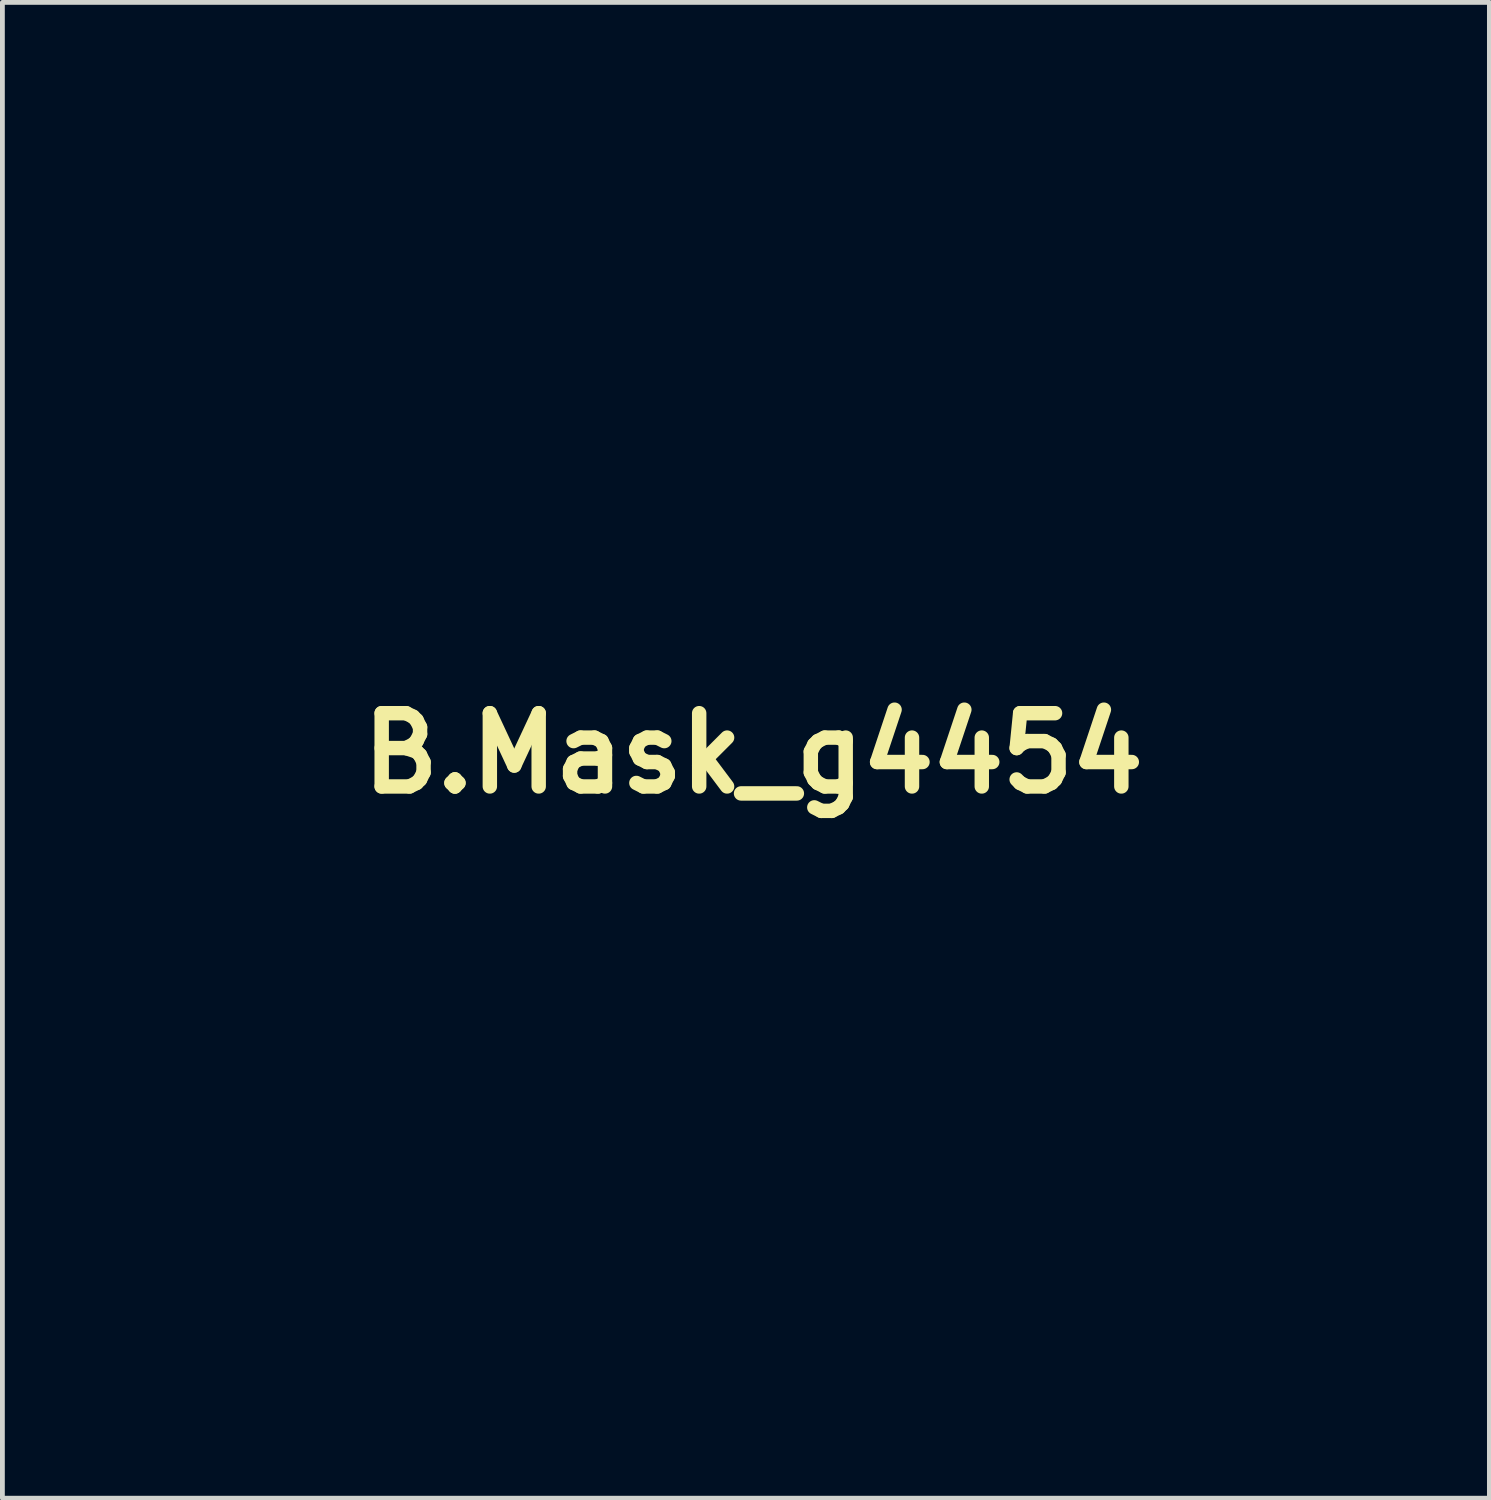
<source format=kicad_pcb>
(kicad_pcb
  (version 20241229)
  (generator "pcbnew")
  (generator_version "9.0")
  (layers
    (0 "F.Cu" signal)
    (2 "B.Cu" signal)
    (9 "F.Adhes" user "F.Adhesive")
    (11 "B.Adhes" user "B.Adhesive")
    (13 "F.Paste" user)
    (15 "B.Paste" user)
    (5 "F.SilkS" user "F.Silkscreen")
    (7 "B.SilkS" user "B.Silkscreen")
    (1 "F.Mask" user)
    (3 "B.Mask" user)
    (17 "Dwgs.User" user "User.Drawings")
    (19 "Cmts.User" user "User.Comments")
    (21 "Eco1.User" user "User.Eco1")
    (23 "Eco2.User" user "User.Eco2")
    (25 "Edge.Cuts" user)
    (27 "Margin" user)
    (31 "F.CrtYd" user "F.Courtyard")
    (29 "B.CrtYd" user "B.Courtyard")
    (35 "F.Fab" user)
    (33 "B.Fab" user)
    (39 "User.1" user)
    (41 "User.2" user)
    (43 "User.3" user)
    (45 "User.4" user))
  (footprint "B.Mask_g4454"
    (layer "F.Cu")
    (at 12.618 12.619)
    (property "Reference" "B.Mask_g4454" (at 0 0 0) (layer "F.SilkS") (effects (font (size 1.524 1.524) (thickness 0.3))))
    (attr through_hole)
    (fp_poly (pts (xy -8.218 -0.767) (xy -8.223 0.286) (xy -8.636 0.298) (xy -8.636 -1.82) (xy -8.212 -1.82) (xy -8.218 -0.767)) (stroke (width 0.01) (type solid)) (fill yes) (layer "B.Mask"))
    (fp_poly (pts (xy -5.621 9.618) (xy -5.567 9.646) (xy -5.548 9.696) (xy -5.554 9.747) (xy -5.568 9.786) (xy -5.589 9.796) (xy -5.63 9.781) (xy -5.657 9.767) (xy -5.701 9.728) (xy -5.715 9.682) (xy -5.703 9.641) (xy -5.667 9.617) (xy -5.621 9.618)) (stroke (width 0.01) (type solid)) (fill yes) (layer "B.Mask"))
    (fp_poly (pts (xy -6.087 9.568) (xy -6.075 9.613) (xy -6.075 9.619) (xy -6.088 9.663) (xy -6.13 9.687) (xy -6.204 9.694) (xy -6.248 9.689) (xy -6.264 9.663) (xy -6.265 9.632) (xy -6.26 9.588) (xy -6.234 9.566) (xy -6.193 9.556) (xy -6.124 9.55) (xy -6.087 9.568)) (stroke (width 0.01) (type solid)) (fill yes) (layer "B.Mask"))
    (fp_poly (pts (xy -9.569 -6.68) (xy -9.507 -6.647) (xy -9.464 -6.592) (xy -9.448 -6.523) (xy -9.461 -6.457) (xy -9.507 -6.395) (xy -9.574 -6.359) (xy -9.65 -6.355) (xy -9.7 -6.373) (xy -9.757 -6.428) (xy -9.783 -6.498) (xy -9.775 -6.572) (xy -9.734 -6.637) (xy -9.712 -6.655) (xy -9.64 -6.684) (xy -9.569 -6.68)) (stroke (width 0.01) (type solid)) (fill yes) (layer "B.Mask"))
    (fp_poly (pts (xy -6.092 8.93) (xy -6.075 8.975) (xy -6.075 8.986) (xy -6.085 9.029) (xy -6.123 9.059) (xy -6.148 9.071) (xy -6.201 9.093) (xy -6.228 9.1) (xy -6.243 9.095) (xy -6.251 9.088) (xy -6.269 9.044) (xy -6.254 8.994) (xy -6.214 8.95) (xy -6.2 8.942) (xy -6.134 8.919) (xy -6.092 8.93)) (stroke (width 0.01) (type solid)) (fill yes) (layer "B.Mask"))
    (fp_poly (pts (xy -5.276 8.798) (xy -5.276 8.831) (xy -5.284 8.864) (xy -5.3 8.895) (xy -5.335 8.909) (xy -5.38 8.911) (xy -5.434 8.909) (xy -5.456 8.896) (xy -5.458 8.865) (xy -5.457 8.853) (xy -5.448 8.816) (xy -5.424 8.797) (xy -5.372 8.789) (xy -5.36 8.788) (xy -5.302 8.786) (xy -5.276 8.798)) (stroke (width 0.01) (type solid)) (fill yes) (layer "B.Mask"))
    (fp_poly (pts (xy -8.801 -6.661) (xy -8.749 -6.612) (xy -8.722 -6.542) (xy -8.721 -6.519) (xy -8.739 -6.448) (xy -8.787 -6.389) (xy -8.852 -6.354) (xy -8.885 -6.35) (xy -8.953 -6.37) (xy -9.002 -6.409) (xy -9.049 -6.482) (xy -9.055 -6.555) (xy -9.019 -6.624) (xy -9.007 -6.637) (xy -8.941 -6.678) (xy -8.869 -6.685) (xy -8.801 -6.661)) (stroke (width 0.01) (type solid)) (fill yes) (layer "B.Mask"))
    (fp_poly (pts (xy -5.161 9.971) (xy -5.126 10.016) (xy -5.116 10.048) (xy -5.128 10.087) (xy -5.138 10.11) (xy -5.164 10.156) (xy -5.185 10.18) (xy -5.188 10.181) (xy -5.21 10.166) (xy -5.243 10.127) (xy -5.25 10.116) (xy -5.279 10.072) (xy -5.285 10.041) (xy -5.27 10.001) (xy -5.257 9.977) (xy -5.218 9.903) (xy -5.161 9.971)) (stroke (width 0.01) (type solid)) (fill yes) (layer "B.Mask"))
    (fp_poly (pts (xy -4.599 9.029) (xy -4.593 9.034) (xy -4.563 9.062) (xy -4.558 9.088) (xy -4.576 9.131) (xy -4.58 9.14) (xy -4.609 9.188) (xy -4.634 9.203) (xy -4.671 9.187) (xy -4.704 9.163) (xy -4.742 9.131) (xy -4.75 9.104) (xy -4.732 9.062) (xy -4.73 9.058) (xy -4.694 9.009) (xy -4.653 9) (xy -4.599 9.029)) (stroke (width 0.01) (type solid)) (fill yes) (layer "B.Mask"))
    (fp_poly (pts (xy -3.963 9.637) (xy -3.952 9.647) (xy -3.901 9.703) (xy -3.885 9.75) (xy -3.905 9.797) (xy -3.928 9.823) (xy -3.968 9.862) (xy -3.995 9.883) (xy -3.999 9.885) (xy -4.017 9.869) (xy -4.049 9.829) (xy -4.062 9.81) (xy -4.113 9.735) (xy -4.053 9.673) (xy -4.013 9.634) (xy -3.988 9.623) (xy -3.963 9.637)) (stroke (width 0.01) (type solid)) (fill yes) (layer "B.Mask"))
    (fp_poly (pts (xy -4.912 10.513) (xy -4.891 10.553) (xy -4.877 10.627) (xy -4.872 10.689) (xy -4.884 10.731) (xy -4.918 10.771) (xy -4.928 10.781) (xy -4.969 10.814) (xy -4.997 10.826) (xy -5.001 10.823) (xy -5.01 10.793) (xy -5.02 10.737) (xy -5.026 10.699) (xy -5.032 10.633) (xy -5.026 10.592) (xy -5.002 10.558) (xy -4.986 10.542) (xy -4.942 10.51) (xy -4.912 10.513)) (stroke (width 0.01) (type solid)) (fill yes) (layer "B.Mask"))
    (fp_poly (pts (xy -9.175 -1.914) (xy -9.089 -1.876) (xy -9.051 -1.844) (xy -8.997 -1.762) (xy -8.978 -1.674) (xy -8.991 -1.589) (xy -9.03 -1.512) (xy -9.092 -1.452) (xy -9.172 -1.416) (xy -9.264 -1.411) (xy -9.306 -1.42) (xy -9.391 -1.465) (xy -9.45 -1.535) (xy -9.479 -1.621) (xy -9.476 -1.713) (xy -9.437 -1.802) (xy -9.43 -1.811) (xy -9.355 -1.881) (xy -9.266 -1.915) (xy -9.175 -1.914)) (stroke (width 0.01) (type solid)) (fill yes) (layer "B.Mask"))
    (fp_poly (pts (xy -7.403 -0.788) (xy -7.402 -0.646) (xy -7.402 -0.496) (xy -7.402 -0.344) (xy -7.403 -0.195) (xy -7.405 -0.056) (xy -7.407 0.067) (xy -7.409 0.168) (xy -7.412 0.242) (xy -7.415 0.282) (xy -7.416 0.288) (xy -7.446 0.295) (xy -7.505 0.3) (xy -7.581 0.303) (xy -7.661 0.302) (xy -7.678 0.301) (xy -7.811 0.294) (xy -7.811 -1.291) (xy -7.408 -1.291) (xy -7.403 -0.788)) (stroke (width 0.01) (type solid)) (fill yes) (layer "B.Mask"))
    (fp_poly (pts (xy -4.851 11.259) (xy -4.848 11.309) (xy -4.847 11.366) (xy -4.847 11.492) (xy -4.945 11.535) (xy -5.003 11.56) (xy -5.043 11.575) (xy -5.052 11.578) (xy -5.055 11.559) (xy -5.053 11.51) (xy -5.047 11.456) (xy -5.038 11.388) (xy -5.028 11.337) (xy -5.023 11.319) (xy -5.001 11.303) (xy -4.956 11.279) (xy -4.905 11.256) (xy -4.865 11.241) (xy -4.855 11.239) (xy -4.851 11.259)) (stroke (width 0.01) (type solid)) (fill yes) (layer "B.Mask"))
    (fp_poly (pts (xy 1.491 -1.905) (xy 1.58 -1.856) (xy 1.64 -1.781) (xy 1.665 -1.688) (xy 1.653 -1.587) (xy 1.61 -1.498) (xy 1.541 -1.443) (xy 1.444 -1.419) (xy 1.414 -1.418) (xy 1.342 -1.423) (xy 1.292 -1.442) (xy 1.248 -1.479) (xy 1.189 -1.563) (xy 1.166 -1.656) (xy 1.179 -1.747) (xy 1.228 -1.828) (xy 1.251 -1.851) (xy 1.333 -1.904) (xy 1.412 -1.92) (xy 1.491 -1.905)) (stroke (width 0.01) (type solid)) (fill yes) (layer "B.Mask"))
    (fp_poly (pts (xy -7.535 -1.907) (xy -7.522 -1.903) (xy -7.434 -1.85) (xy -7.379 -1.773) (xy -7.36 -1.678) (xy -7.377 -1.576) (xy -7.422 -1.491) (xy -7.491 -1.433) (xy -7.504 -1.427) (xy -7.566 -1.404) (xy -7.613 -1.4) (xy -7.664 -1.415) (xy -7.716 -1.439) (xy -7.803 -1.501) (xy -7.855 -1.579) (xy -7.873 -1.664) (xy -7.857 -1.748) (xy -7.807 -1.824) (xy -7.724 -1.883) (xy -7.696 -1.895) (xy -7.631 -1.916) (xy -7.585 -1.92) (xy -7.535 -1.907)) (stroke (width 0.01) (type solid)) (fill yes) (layer "B.Mask"))
    (fp_poly (pts (xy -6.802 1.577) (xy -6.707 1.615) (xy -6.634 1.688) (xy -6.599 1.752) (xy -6.57 1.863) (xy -6.577 1.968) (xy -6.616 2.062) (xy -6.681 2.139) (xy -6.765 2.194) (xy -6.865 2.221) (xy -6.973 2.214) (xy -7.039 2.193) (xy -7.131 2.132) (xy -7.194 2.048) (xy -7.226 1.95) (xy -7.225 1.845) (xy -7.191 1.743) (xy -7.123 1.652) (xy -7.073 1.609) (xy -7.023 1.585) (xy -6.957 1.573) (xy -6.923 1.571) (xy -6.802 1.577)) (stroke (width 0.01) (type solid)) (fill yes) (layer "B.Mask"))
    (fp_poly (pts (xy -5.741 -7.636) (xy -5.7 -7.575) (xy -5.673 -7.477) (xy -5.672 -7.468) (xy -5.665 -7.371) (xy -5.667 -7.268) (xy -5.675 -7.167) (xy -5.69 -7.081) (xy -5.709 -7.018) (xy -5.727 -6.992) (xy -5.795 -6.966) (xy -5.866 -6.976) (xy -5.892 -6.991) (xy -5.917 -7.03) (xy -5.937 -7.1) (xy -5.951 -7.192) (xy -5.959 -7.295) (xy -5.957 -7.4) (xy -5.954 -7.436) (xy -5.932 -7.541) (xy -5.893 -7.615) (xy -5.844 -7.656) (xy -5.791 -7.663) (xy -5.741 -7.636)) (stroke (width 0.01) (type solid)) (fill yes) (layer "B.Mask"))
    (fp_poly (pts (xy -3.382 10.599) (xy -3.362 10.654) (xy -3.341 10.715) (xy -3.327 10.765) (xy -3.323 10.784) (xy -3.341 10.812) (xy -3.384 10.845) (xy -3.407 10.858) (xy -3.467 10.887) (xy -3.5 10.898) (xy -3.516 10.892) (xy -3.525 10.874) (xy -3.547 10.811) (xy -3.57 10.746) (xy -3.588 10.691) (xy -3.598 10.659) (xy -3.598 10.656) (xy -3.581 10.644) (xy -3.539 10.623) (xy -3.486 10.599) (xy -3.436 10.579) (xy -3.403 10.567) (xy -3.397 10.567) (xy -3.382 10.599)) (stroke (width 0.01) (type solid)) (fill yes) (layer "B.Mask"))
    (fp_poly (pts (xy -6.979 -9.124) (xy -6.891 -9.118) (xy -6.825 -9.11) (xy -6.795 -9.102) (xy -6.753 -9.059) (xy -6.739 -9) (xy -6.752 -8.939) (xy -6.788 -8.888) (xy -6.842 -8.86) (xy -6.921 -8.849) (xy -7.023 -8.843) (xy -7.131 -8.841) (xy -7.224 -8.845) (xy -7.244 -8.847) (xy -7.342 -8.871) (xy -7.404 -8.915) (xy -7.429 -8.981) (xy -7.429 -8.995) (xy -7.422 -9.046) (xy -7.397 -9.082) (xy -7.348 -9.106) (xy -7.27 -9.12) (xy -7.158 -9.126) (xy -7.08 -9.126) (xy -6.979 -9.124)) (stroke (width 0.01) (type solid)) (fill yes) (layer "B.Mask"))
    (fp_poly (pts (xy 4.839 -9.889) (xy 4.878 -9.846) (xy 4.934 -9.781) (xy 5 -9.7) (xy 5.035 -9.657) (xy 5.233 -9.409) (xy 5.173 -9.395) (xy 5.129 -9.39) (xy 5.053 -9.386) (xy 4.955 -9.383) (xy 4.845 -9.382) (xy 4.826 -9.382) (xy 4.715 -9.383) (xy 4.615 -9.385) (xy 4.535 -9.389) (xy 4.487 -9.394) (xy 4.482 -9.395) (xy 4.424 -9.409) (xy 4.615 -9.657) (xy 4.684 -9.745) (xy 4.743 -9.818) (xy 4.789 -9.873) (xy 4.816 -9.902) (xy 4.822 -9.905) (xy 4.839 -9.889)) (stroke (width 0.01) (type solid)) (fill yes) (layer "B.Mask"))
    (fp_poly (pts (xy -9.017 -0.509) (xy -9.018 -0.303) (xy -9.019 -0.123) (xy -9.022 0.028) (xy -9.025 0.147) (xy -9.029 0.231) (xy -9.034 0.277) (xy -9.037 0.285) (xy -9.072 0.294) (xy -9.134 0.302) (xy -9.21 0.307) (xy -9.285 0.309) (xy -9.344 0.307) (xy -9.366 0.303) (xy -9.409 0.283) (xy -9.424 0.267) (xy -9.428 0.241) (xy -9.431 0.178) (xy -9.434 0.082) (xy -9.436 -0.042) (xy -9.438 -0.188) (xy -9.44 -0.352) (xy -9.44 -0.524) (xy -9.44 -1.291) (xy -9.017 -1.291) (xy -9.017 -0.509)) (stroke (width 0.01) (type solid)) (fill yes) (layer "B.Mask"))
    (fp_poly (pts (xy -6.949 -9.559) (xy -6.853 -9.541) (xy -6.787 -9.514) (xy -6.772 -9.502) (xy -6.736 -9.441) (xy -6.739 -9.377) (xy -6.782 -9.319) (xy -6.787 -9.315) (xy -6.816 -9.295) (xy -6.852 -9.283) (xy -6.903 -9.275) (xy -6.978 -9.272) (xy -7.078 -9.272) (xy -7.184 -9.274) (xy -7.272 -9.28) (xy -7.334 -9.289) (xy -7.355 -9.296) (xy -7.406 -9.336) (xy -7.427 -9.389) (xy -7.429 -9.424) (xy -7.414 -9.48) (xy -7.365 -9.52) (xy -7.28 -9.548) (xy -7.192 -9.56) (xy -7.065 -9.566) (xy -6.949 -9.559)) (stroke (width 0.01) (type solid)) (fill yes) (layer "B.Mask"))
    (fp_poly (pts (xy -4.933 -11.022) (xy -4.896 -11.003) (xy -4.871 -10.963) (xy -4.856 -10.897) (xy -4.849 -10.8) (xy -4.847 -10.675) (xy -4.848 -10.567) (xy -4.85 -10.493) (xy -4.855 -10.444) (xy -4.865 -10.413) (xy -4.881 -10.392) (xy -4.903 -10.373) (xy -4.957 -10.338) (xy -5.002 -10.335) (xy -5.053 -10.363) (xy -5.069 -10.375) (xy -5.126 -10.42) (xy -5.119 -10.689) (xy -5.114 -10.817) (xy -5.106 -10.908) (xy -5.091 -10.969) (xy -5.069 -11.005) (xy -5.036 -11.023) (xy -4.989 -11.028) (xy -4.983 -11.028) (xy -4.933 -11.022)) (stroke (width 0.01) (type solid)) (fill yes) (layer "B.Mask"))
    (fp_poly (pts (xy -4.9 -7.625) (xy -4.869 -7.579) (xy -4.857 -7.527) (xy -4.85 -7.447) (xy -4.848 -7.351) (xy -4.85 -7.249) (xy -4.856 -7.152) (xy -4.866 -7.07) (xy -4.879 -7.014) (xy -4.887 -6.999) (xy -4.935 -6.97) (xy -4.999 -6.966) (xy -5.061 -6.987) (xy -5.069 -6.993) (xy -5.087 -7.012) (xy -5.1 -7.044) (xy -5.108 -7.097) (xy -5.114 -7.179) (xy -5.118 -7.254) (xy -5.12 -7.406) (xy -5.111 -7.518) (xy -5.09 -7.596) (xy -5.057 -7.641) (xy -5.035 -7.653) (xy -4.961 -7.657) (xy -4.9 -7.625)) (stroke (width 0.01) (type solid)) (fill yes) (layer "B.Mask"))
    (fp_poly (pts (xy -3.64 -9.56) (xy -3.622 -9.559) (xy -3.511 -9.548) (xy -3.435 -9.528) (xy -3.39 -9.496) (xy -3.369 -9.449) (xy -3.365 -9.406) (xy -3.374 -9.354) (xy -3.403 -9.316) (xy -3.458 -9.291) (xy -3.544 -9.277) (xy -3.664 -9.272) (xy -3.708 -9.272) (xy -3.805 -9.275) (xy -3.891 -9.28) (xy -3.952 -9.288) (xy -3.974 -9.293) (xy -4.017 -9.327) (xy -4.044 -9.37) (xy -4.055 -9.421) (xy -4.037 -9.466) (xy -4.026 -9.481) (xy -3.975 -9.524) (xy -3.897 -9.55) (xy -3.786 -9.562) (xy -3.64 -9.56)) (stroke (width 0.01) (type solid)) (fill yes) (layer "B.Mask"))
    (fp_poly (pts (xy -0.49 -11.848) (xy -0.442 -11.827) (xy -0.389 -11.781) (xy -0.38 -11.773) (xy -0.314 -11.695) (xy -0.285 -11.624) (xy -0.29 -11.552) (xy -0.308 -11.505) (xy -0.352 -11.441) (xy -0.414 -11.382) (xy -0.481 -11.34) (xy -0.539 -11.325) (xy -0.585 -11.335) (xy -0.644 -11.361) (xy -0.658 -11.369) (xy -0.744 -11.44) (xy -0.793 -11.53) (xy -0.804 -11.61) (xy -0.797 -11.667) (xy -0.771 -11.717) (xy -0.722 -11.771) (xy -0.667 -11.821) (xy -0.619 -11.846) (xy -0.563 -11.853) (xy -0.55 -11.853) (xy -0.49 -11.848)) (stroke (width 0.01) (type solid)) (fill yes) (layer "B.Mask"))
    (fp_poly (pts (xy 11.02 4.684) (xy 11.162 4.761) (xy 11.272 4.82) (xy 11.353 4.866) (xy 11.408 4.9) (xy 11.443 4.927) (xy 11.461 4.949) (xy 11.467 4.97) (xy 11.463 4.994) (xy 11.455 5.022) (xy 11.454 5.028) (xy 11.401 5.151) (xy 11.321 5.249) (xy 11.22 5.316) (xy 11.103 5.35) (xy 10.979 5.347) (xy 10.911 5.33) (xy 10.813 5.28) (xy 10.731 5.209) (xy 10.684 5.139) (xy 10.655 5.047) (xy 10.638 4.924) (xy 10.635 4.781) (xy 10.642 4.652) (xy 10.657 4.489) (xy 11.02 4.684)) (stroke (width 0.01) (type solid)) (fill yes) (layer "B.Mask"))
    (fp_poly (pts (xy -5.774 -11.033) (xy -5.761 -11.031) (xy -5.724 -11.015) (xy -5.698 -10.979) (xy -5.681 -10.917) (xy -5.672 -10.823) (xy -5.669 -10.694) (xy -5.669 -10.686) (xy -5.672 -10.55) (xy -5.685 -10.451) (xy -5.709 -10.384) (xy -5.745 -10.345) (xy -5.795 -10.331) (xy -5.81 -10.33) (xy -5.857 -10.337) (xy -5.876 -10.346) (xy -5.909 -10.38) (xy -5.931 -10.435) (xy -5.944 -10.517) (xy -5.95 -10.633) (xy -5.95 -10.685) (xy -5.948 -10.821) (xy -5.938 -10.919) (xy -5.918 -10.984) (xy -5.886 -11.022) (xy -5.839 -11.036) (xy -5.774 -11.033)) (stroke (width 0.01) (type solid)) (fill yes) (layer "B.Mask"))
    (fp_poly (pts (xy -3.583 -9.121) (xy -3.491 -9.116) (xy -3.429 -9.104) (xy -3.391 -9.082) (xy -3.372 -9.05) (xy -3.366 -9.004) (xy -3.365 -8.985) (xy -3.371 -8.933) (xy -3.392 -8.895) (xy -3.434 -8.87) (xy -3.502 -8.856) (xy -3.602 -8.849) (xy -3.704 -8.848) (xy -3.821 -8.849) (xy -3.903 -8.854) (xy -3.958 -8.864) (xy -3.993 -8.879) (xy -3.996 -8.881) (xy -4.028 -8.925) (xy -4.044 -8.989) (xy -4.039 -9.054) (xy -4.017 -9.097) (xy -3.984 -9.11) (xy -3.912 -9.118) (xy -3.799 -9.122) (xy -3.712 -9.123) (xy -3.583 -9.121)) (stroke (width 0.01) (type solid)) (fill yes) (layer "B.Mask"))
    (fp_poly (pts (xy 1.413 -1.287) (xy 1.619 -1.281) (xy 1.625 -0.509) (xy 1.626 -0.299) (xy 1.626 -0.127) (xy 1.625 0.01) (xy 1.623 0.114) (xy 1.62 0.19) (xy 1.616 0.24) (xy 1.61 0.269) (xy 1.604 0.279) (xy 1.571 0.287) (xy 1.51 0.292) (xy 1.434 0.295) (xy 1.354 0.296) (xy 1.283 0.293) (xy 1.235 0.287) (xy 1.221 0.282) (xy 1.217 0.259) (xy 1.214 0.197) (xy 1.212 0.103) (xy 1.21 -0.019) (xy 1.208 -0.164) (xy 1.207 -0.328) (xy 1.206 -0.505) (xy 1.206 -1.293) (xy 1.413 -1.287)) (stroke (width 0.01) (type solid)) (fill yes) (layer "B.Mask"))
    (fp_poly (pts (xy 7.63 -6.121) (xy 7.69 -6.095) (xy 7.731 -6.064) (xy 7.807 -6.001) (xy 7.809 -5.364) (xy 7.809 -5.148) (xy 7.807 -4.969) (xy 7.803 -4.829) (xy 7.797 -4.729) (xy 7.79 -4.669) (xy 7.787 -4.659) (xy 7.741 -4.59) (xy 7.682 -4.55) (xy 7.606 -4.518) (xy 7.545 -4.512) (xy 7.477 -4.531) (xy 7.461 -4.538) (xy 7.4 -4.576) (xy 7.349 -4.619) (xy 7.301 -4.672) (xy 7.307 -5.331) (xy 7.313 -5.989) (xy 7.382 -6.059) (xy 7.434 -6.103) (xy 7.485 -6.123) (xy 7.553 -6.128) (xy 7.63 -6.121)) (stroke (width 0.01) (type solid)) (fill yes) (layer "B.Mask"))
    (fp_poly (pts (xy 7.787 -9.88) (xy 7.827 -9.836) (xy 7.882 -9.771) (xy 7.949 -9.69) (xy 7.979 -9.652) (xy 8.172 -9.409) (xy 8.081 -9.394) (xy 8.019 -9.388) (xy 7.93 -9.384) (xy 7.824 -9.381) (xy 7.712 -9.381) (xy 7.603 -9.382) (xy 7.509 -9.385) (xy 7.44 -9.391) (xy 7.41 -9.395) (xy 7.392 -9.402) (xy 7.384 -9.414) (xy 7.391 -9.436) (xy 7.414 -9.473) (xy 7.457 -9.53) (xy 7.523 -9.613) (xy 7.554 -9.652) (xy 7.624 -9.738) (xy 7.685 -9.811) (xy 7.733 -9.864) (xy 7.762 -9.892) (xy 7.768 -9.895) (xy 7.787 -9.88)) (stroke (width 0.01) (type solid)) (fill yes) (layer "B.Mask"))
    (fp_poly (pts (xy -10.98 1.924) (xy -10.975 1.929) (xy -10.956 1.96) (xy -10.925 2.022) (xy -10.887 2.106) (xy -10.846 2.202) (xy -10.804 2.302) (xy -10.766 2.398) (xy -10.735 2.48) (xy -10.716 2.539) (xy -10.71 2.564) (xy -10.713 2.58) (xy -10.727 2.591) (xy -10.757 2.598) (xy -10.81 2.602) (xy -10.893 2.603) (xy -10.998 2.603) (xy -11.287 2.603) (xy -11.276 2.545) (xy -11.262 2.498) (xy -11.235 2.422) (xy -11.198 2.328) (xy -11.156 2.225) (xy -11.113 2.125) (xy -11.073 2.037) (xy -11.051 1.992) (xy -11.02 1.938) (xy -10.999 1.918) (xy -10.98 1.924)) (stroke (width 0.01) (type solid)) (fill yes) (layer "B.Mask"))
    (fp_poly (pts (xy -6.977 -8.72) (xy -6.901 -8.718) (xy -6.85 -8.713) (xy -6.817 -8.703) (xy -6.793 -8.687) (xy -6.773 -8.667) (xy -6.74 -8.623) (xy -6.736 -8.583) (xy -6.743 -8.557) (xy -6.768 -8.51) (xy -6.809 -8.479) (xy -6.873 -8.459) (xy -6.966 -8.45) (xy -7.08 -8.448) (xy -7.175 -8.45) (xy -7.257 -8.454) (xy -7.316 -8.458) (xy -7.334 -8.461) (xy -7.397 -8.489) (xy -7.425 -8.54) (xy -7.429 -8.582) (xy -7.425 -8.634) (xy -7.407 -8.672) (xy -7.371 -8.697) (xy -7.31 -8.711) (xy -7.219 -8.719) (xy -7.091 -8.721) (xy -7.088 -8.721) (xy -6.977 -8.72)) (stroke (width 0.01) (type solid)) (fill yes) (layer "B.Mask"))
    (fp_poly (pts (xy -3.629 -8.74) (xy -3.539 -8.735) (xy -3.471 -8.728) (xy -3.441 -8.721) (xy -3.383 -8.681) (xy -3.355 -8.622) (xy -3.356 -8.557) (xy -3.385 -8.496) (xy -3.442 -8.452) (xy -3.455 -8.447) (xy -3.505 -8.438) (xy -3.583 -8.431) (xy -3.678 -8.428) (xy -3.777 -8.427) (xy -3.866 -8.43) (xy -3.933 -8.437) (xy -3.948 -8.44) (xy -4.015 -8.474) (xy -4.055 -8.532) (xy -4.064 -8.6) (xy -4.039 -8.668) (xy -4.015 -8.696) (xy -3.989 -8.716) (xy -3.959 -8.729) (xy -3.914 -8.737) (xy -3.846 -8.741) (xy -3.745 -8.742) (xy -3.731 -8.742) (xy -3.629 -8.74)) (stroke (width 0.01) (type solid)) (fill yes) (layer "B.Mask"))
    (fp_poly (pts (xy -5.357 -11.027) (xy -5.319 -11.004) (xy -5.294 -10.959) (xy -5.279 -10.888) (xy -5.272 -10.784) (xy -5.271 -10.678) (xy -5.271 -10.569) (xy -5.273 -10.494) (xy -5.278 -10.445) (xy -5.288 -10.414) (xy -5.304 -10.392) (xy -5.326 -10.373) (xy -5.372 -10.343) (xy -5.407 -10.329) (xy -5.408 -10.329) (xy -5.442 -10.342) (xy -5.487 -10.371) (xy -5.49 -10.373) (xy -5.513 -10.393) (xy -5.529 -10.415) (xy -5.538 -10.446) (xy -5.543 -10.496) (xy -5.545 -10.571) (xy -5.546 -10.678) (xy -5.543 -10.811) (xy -5.534 -10.907) (xy -5.517 -10.972) (xy -5.489 -11.011) (xy -5.449 -11.029) (xy -5.408 -11.033) (xy -5.357 -11.027)) (stroke (width 0.01) (type solid)) (fill yes) (layer "B.Mask"))
    (fp_poly (pts (xy -5.322 -7.632) (xy -5.305 -7.616) (xy -5.293 -7.589) (xy -5.285 -7.547) (xy -5.279 -7.48) (xy -5.276 -7.381) (xy -5.274 -7.327) (xy -5.272 -7.213) (xy -5.272 -7.134) (xy -5.276 -7.081) (xy -5.284 -7.047) (xy -5.297 -7.023) (xy -5.311 -7.008) (xy -5.375 -6.97) (xy -5.444 -6.97) (xy -5.503 -7.006) (xy -5.521 -7.028) (xy -5.533 -7.058) (xy -5.541 -7.102) (xy -5.544 -7.17) (xy -5.546 -7.269) (xy -5.546 -7.309) (xy -5.545 -7.42) (xy -5.542 -7.498) (xy -5.536 -7.549) (xy -5.526 -7.583) (xy -5.509 -7.608) (xy -5.503 -7.616) (xy -5.44 -7.656) (xy -5.37 -7.656) (xy -5.322 -7.632)) (stroke (width 0.01) (type solid)) (fill yes) (layer "B.Mask"))
    (fp_poly (pts (xy 4.419 -1.956) (xy 4.506 -1.916) (xy 4.583 -1.878) (xy 4.684 -1.827) (xy 4.78 -1.777) (xy 4.859 -1.734) (xy 4.911 -1.703) (xy 4.912 -1.703) (xy 4.964 -1.666) (xy 4.988 -1.632) (xy 4.995 -1.581) (xy 4.995 -1.561) (xy 4.989 -1.467) (xy 4.974 -1.404) (xy 4.951 -1.377) (xy 4.945 -1.376) (xy 4.911 -1.385) (xy 4.86 -1.406) (xy 4.858 -1.407) (xy 4.814 -1.428) (xy 4.742 -1.461) (xy 4.652 -1.504) (xy 4.552 -1.551) (xy 4.546 -1.554) (xy 4.297 -1.67) (xy 4.297 -1.803) (xy 4.298 -1.886) (xy 4.306 -1.941) (xy 4.325 -1.97) (xy 4.36 -1.974) (xy 4.419 -1.956)) (stroke (width 0.01) (type solid)) (fill yes) (layer "B.Mask"))
    (fp_poly (pts (xy 1.6 -10.25) (xy 1.671 -10.203) (xy 1.762 -10.128) (xy 1.872 -10.028) (xy 1.996 -9.904) (xy 2.134 -9.76) (xy 2.16 -9.732) (xy 2.261 -9.619) (xy 2.334 -9.53) (xy 2.378 -9.467) (xy 2.392 -9.432) (xy 2.373 -9.369) (xy 2.323 -9.319) (xy 2.254 -9.294) (xy 2.234 -9.292) (xy 2.205 -9.295) (xy 2.174 -9.307) (xy 2.136 -9.332) (xy 2.085 -9.373) (xy 2.016 -9.434) (xy 1.925 -9.521) (xy 1.882 -9.562) (xy 1.719 -9.722) (xy 1.59 -9.856) (xy 1.493 -9.965) (xy 1.43 -10.047) (xy 1.4 -10.104) (xy 1.397 -10.12) (xy 1.415 -10.171) (xy 1.459 -10.221) (xy 1.514 -10.257) (xy 1.554 -10.266) (xy 1.6 -10.25)) (stroke (width 0.01) (type solid)) (fill yes) (layer "B.Mask"))
    (fp_poly (pts (xy 3.932 9.16) (xy 3.961 9.23) (xy 3.998 9.307) (xy 4.065 9.376) (xy 4.082 9.39) (xy 4.141 9.438) (xy 4.189 9.484) (xy 4.207 9.505) (xy 4.251 9.596) (xy 4.261 9.69) (xy 4.24 9.777) (xy 4.189 9.846) (xy 4.163 9.865) (xy 4.109 9.896) (xy 4.077 9.903) (xy 4.056 9.886) (xy 4.044 9.865) (xy 4.025 9.816) (xy 4.022 9.791) (xy 4.005 9.762) (xy 3.961 9.723) (xy 3.917 9.693) (xy 3.817 9.617) (xy 3.756 9.531) (xy 3.728 9.429) (xy 3.725 9.379) (xy 3.73 9.307) (xy 3.748 9.254) (xy 3.789 9.201) (xy 3.796 9.193) (xy 3.853 9.142) (xy 3.897 9.13) (xy 3.932 9.16)) (stroke (width 0.01) (type solid)) (fill yes) (layer "B.Mask"))
    (fp_poly (pts (xy 1.888 -9.332) (xy 1.919 -9.322) (xy 1.955 -9.299) (xy 2.003 -9.26) (xy 2.067 -9.2) (xy 2.154 -9.116) (xy 2.185 -9.086) (xy 2.273 -8.998) (xy 2.352 -8.915) (xy 2.418 -8.843) (xy 2.463 -8.791) (xy 2.479 -8.77) (xy 2.506 -8.697) (xy 2.503 -8.627) (xy 2.469 -8.575) (xy 2.411 -8.548) (xy 2.341 -8.541) (xy 2.297 -8.55) (xy 2.269 -8.571) (xy 2.217 -8.616) (xy 2.147 -8.682) (xy 2.064 -8.762) (xy 1.984 -8.842) (xy 1.888 -8.941) (xy 1.817 -9.015) (xy 1.769 -9.071) (xy 1.738 -9.112) (xy 1.722 -9.144) (xy 1.715 -9.174) (xy 1.714 -9.192) (xy 1.729 -9.27) (xy 1.773 -9.317) (xy 1.847 -9.334) (xy 1.857 -9.335) (xy 1.888 -9.332)) (stroke (width 0.01) (type solid)) (fill yes) (layer "B.Mask"))
    (fp_poly (pts (xy 5.697 -9.969) (xy 5.829 -9.968) (xy 5.926 -9.965) (xy 5.992 -9.961) (xy 6.032 -9.955) (xy 6.048 -9.948) (xy 6.048 -9.943) (xy 6.03 -9.922) (xy 5.985 -9.881) (xy 5.92 -9.824) (xy 5.841 -9.756) (xy 5.753 -9.683) (xy 5.665 -9.61) (xy 5.581 -9.542) (xy 5.508 -9.484) (xy 5.452 -9.442) (xy 5.42 -9.421) (xy 5.416 -9.419) (xy 5.397 -9.435) (xy 5.357 -9.478) (xy 5.302 -9.543) (xy 5.234 -9.624) (xy 5.197 -9.67) (xy 5.127 -9.759) (xy 5.067 -9.837) (xy 5.023 -9.899) (xy 4.999 -9.937) (xy 4.995 -9.946) (xy 5.009 -9.954) (xy 5.053 -9.96) (xy 5.13 -9.964) (xy 5.241 -9.968) (xy 5.39 -9.969) (xy 5.526 -9.97) (xy 5.697 -9.969)) (stroke (width 0.01) (type solid)) (fill yes) (layer "B.Mask"))
    (fp_poly (pts (xy 6.32 -9.92) (xy 6.357 -9.895) (xy 6.415 -9.853) (xy 6.496 -9.789) (xy 6.603 -9.704) (xy 6.738 -9.593) (xy 6.821 -9.525) (xy 6.963 -9.409) (xy 6.863 -9.397) (xy 6.807 -9.392) (xy 6.72 -9.389) (xy 6.609 -9.386) (xy 6.481 -9.385) (xy 6.343 -9.383) (xy 6.201 -9.383) (xy 6.062 -9.384) (xy 5.934 -9.385) (xy 5.823 -9.387) (xy 5.737 -9.39) (xy 5.681 -9.393) (xy 5.664 -9.396) (xy 5.656 -9.406) (xy 5.663 -9.424) (xy 5.691 -9.455) (xy 5.743 -9.501) (xy 5.82 -9.566) (xy 5.928 -9.653) (xy 5.949 -9.669) (xy 6.05 -9.749) (xy 6.142 -9.818) (xy 6.217 -9.874) (xy 6.272 -9.912) (xy 6.299 -9.927) (xy 6.3 -9.927) (xy 6.32 -9.92)) (stroke (width 0.01) (type solid)) (fill yes) (layer "B.Mask"))
    (fp_poly (pts (xy 7.231 -9.969) (xy 7.366 -9.968) (xy 7.466 -9.965) (xy 7.535 -9.961) (xy 7.577 -9.955) (xy 7.596 -9.947) (xy 7.598 -9.943) (xy 7.585 -9.918) (xy 7.55 -9.868) (xy 7.5 -9.8) (xy 7.439 -9.721) (xy 7.374 -9.64) (xy 7.31 -9.562) (xy 7.254 -9.496) (xy 7.211 -9.448) (xy 7.186 -9.426) (xy 7.185 -9.426) (xy 7.163 -9.436) (xy 7.113 -9.47) (xy 7.042 -9.523) (xy 6.955 -9.591) (xy 6.857 -9.669) (xy 6.853 -9.673) (xy 6.755 -9.753) (xy 6.669 -9.826) (xy 6.599 -9.885) (xy 6.551 -9.928) (xy 6.53 -9.948) (xy 6.53 -9.948) (xy 6.546 -9.956) (xy 6.604 -9.962) (xy 6.705 -9.966) (xy 6.847 -9.968) (xy 7.032 -9.969) (xy 7.058 -9.97) (xy 7.231 -9.969)) (stroke (width 0.01) (type solid)) (fill yes) (layer "B.Mask"))
    (fp_poly (pts (xy 11.131 2.782) (xy 11.245 2.824) (xy 11.342 2.897) (xy 11.416 2.997) (xy 11.449 3.081) (xy 11.457 3.13) (xy 11.464 3.204) (xy 11.469 3.294) (xy 11.471 3.392) (xy 11.472 3.489) (xy 11.471 3.575) (xy 11.467 3.641) (xy 11.461 3.678) (xy 11.456 3.683) (xy 11.434 3.673) (xy 11.38 3.647) (xy 11.3 3.606) (xy 11.2 3.554) (xy 11.087 3.494) (xy 11.06 3.48) (xy 10.942 3.417) (xy 10.837 3.36) (xy 10.75 3.312) (xy 10.686 3.276) (xy 10.653 3.255) (xy 10.65 3.253) (xy 10.633 3.214) (xy 10.635 3.15) (xy 10.654 3.072) (xy 10.686 2.992) (xy 10.728 2.92) (xy 10.767 2.874) (xy 10.814 2.842) (xy 10.875 2.81) (xy 10.885 2.805) (xy 11.009 2.775) (xy 11.131 2.782)) (stroke (width 0.01) (type solid)) (fill yes) (layer "B.Mask"))
    (fp_poly (pts (xy 0.974 -9.641) (xy 1 -9.623) (xy 1.051 -9.579) (xy 1.123 -9.514) (xy 1.211 -9.431) (xy 1.31 -9.335) (xy 1.386 -9.26) (xy 1.501 -9.145) (xy 1.59 -9.056) (xy 1.655 -8.988) (xy 1.701 -8.936) (xy 1.73 -8.898) (xy 1.747 -8.867) (xy 1.755 -8.841) (xy 1.757 -8.814) (xy 1.757 -8.807) (xy 1.749 -8.741) (xy 1.721 -8.698) (xy 1.71 -8.69) (xy 1.677 -8.669) (xy 1.645 -8.659) (xy 1.611 -8.66) (xy 1.57 -8.678) (xy 1.519 -8.713) (xy 1.453 -8.769) (xy 1.369 -8.848) (xy 1.261 -8.953) (xy 1.181 -9.033) (xy 1.076 -9.138) (xy 0.982 -9.235) (xy 0.902 -9.32) (xy 0.841 -9.389) (xy 0.802 -9.436) (xy 0.791 -9.455) (xy 0.788 -9.513) (xy 0.793 -9.545) (xy 0.826 -9.59) (xy 0.881 -9.626) (xy 0.942 -9.644) (xy 0.974 -9.641)) (stroke (width 0.01) (type solid)) (fill yes) (layer "B.Mask"))
    (fp_poly (pts (xy 10.729 -6.099) (xy 10.789 -6.066) (xy 10.848 -6.015) (xy 10.854 -5.379) (xy 10.855 -5.216) (xy 10.855 -5.064) (xy 10.854 -4.928) (xy 10.851 -4.816) (xy 10.848 -4.732) (xy 10.844 -4.682) (xy 10.843 -4.675) (xy 10.803 -4.599) (xy 10.736 -4.545) (xy 10.651 -4.519) (xy 10.56 -4.522) (xy 10.499 -4.545) (xy 10.439 -4.59) (xy 10.387 -4.649) (xy 10.383 -4.657) (xy 10.37 -4.681) (xy 10.36 -4.708) (xy 10.353 -4.743) (xy 10.347 -4.791) (xy 10.344 -4.858) (xy 10.342 -4.949) (xy 10.341 -5.069) (xy 10.34 -5.224) (xy 10.34 -5.313) (xy 10.341 -5.507) (xy 10.343 -5.664) (xy 10.347 -5.788) (xy 10.355 -5.883) (xy 10.365 -5.954) (xy 10.38 -6.005) (xy 10.4 -6.041) (xy 10.426 -6.066) (xy 10.457 -6.086) (xy 10.543 -6.113) (xy 10.639 -6.117) (xy 10.729 -6.099)) (stroke (width 0.01) (type solid)) (fill yes) (layer "B.Mask"))
    (fp_poly (pts (xy 6.445 7.312) (xy 6.494 7.325) (xy 6.523 7.346) (xy 6.541 7.386) (xy 6.554 7.456) (xy 6.556 7.472) (xy 6.573 7.588) (xy 6.689 7.599) (xy 6.805 7.609) (xy 6.812 7.713) (xy 6.812 7.785) (xy 6.795 7.826) (xy 6.753 7.847) (xy 6.679 7.852) (xy 6.665 7.853) (xy 6.567 7.853) (xy 6.552 7.969) (xy 6.536 8.051) (xy 6.511 8.097) (xy 6.498 8.107) (xy 6.433 8.126) (xy 6.365 8.122) (xy 6.332 8.109) (xy 6.314 8.079) (xy 6.297 8.022) (xy 6.29 7.977) (xy 6.276 7.863) (xy 6.17 7.857) (xy 6.086 7.844) (xy 6.036 7.811) (xy 6.014 7.754) (xy 6.011 7.714) (xy 6.019 7.656) (xy 6.048 7.621) (xy 6.106 7.602) (xy 6.171 7.595) (xy 6.276 7.588) (xy 6.287 7.475) (xy 6.306 7.383) (xy 6.343 7.328) (xy 6.4 7.308) (xy 6.445 7.312)) (stroke (width 0.01) (type solid)) (fill yes) (layer "B.Mask"))
    (fp_poly (pts (xy -5.752 2.172) (xy -5.679 2.179) (xy -5.617 2.195) (xy -5.551 2.222) (xy -5.541 2.226) (xy -5.407 2.31) (xy -5.288 2.424) (xy -5.195 2.557) (xy -5.186 2.574) (xy -5.158 2.637) (xy -5.141 2.705) (xy -5.13 2.79) (xy -5.126 2.875) (xy -5.123 2.971) (xy -5.126 3.039) (xy -5.136 3.093) (xy -5.156 3.148) (xy -5.184 3.207) (xy -5.277 3.352) (xy -5.397 3.469) (xy -5.537 3.557) (xy -5.692 3.61) (xy -5.855 3.627) (xy -5.952 3.619) (xy -6.12 3.571) (xy -6.27 3.488) (xy -6.398 3.376) (xy -6.496 3.238) (xy -6.516 3.199) (xy -6.56 3.06) (xy -6.576 2.905) (xy -6.562 2.75) (xy -6.52 2.609) (xy -6.516 2.601) (xy -6.426 2.45) (xy -6.308 2.329) (xy -6.176 2.243) (xy -6.107 2.208) (xy -6.05 2.187) (xy -5.99 2.176) (xy -5.911 2.171) (xy -5.853 2.171) (xy -5.752 2.172)) (stroke (width 0.01) (type solid)) (fill yes) (layer "B.Mask"))
    (fp_poly (pts (xy 4.366 8.599) (xy 4.39 8.629) (xy 4.409 8.695) (xy 4.413 8.724) (xy 4.425 8.795) (xy 4.441 8.85) (xy 4.467 8.9) (xy 4.51 8.957) (xy 4.575 9.03) (xy 4.586 9.042) (xy 4.671 9.142) (xy 4.724 9.226) (xy 4.75 9.304) (xy 4.754 9.385) (xy 4.75 9.416) (xy 4.732 9.487) (xy 4.696 9.548) (xy 4.646 9.604) (xy 4.572 9.667) (xy 4.512 9.692) (xy 4.463 9.68) (xy 4.449 9.669) (xy 4.43 9.63) (xy 4.424 9.585) (xy 4.41 9.501) (xy 4.364 9.429) (xy 4.293 9.368) (xy 4.229 9.312) (xy 4.167 9.24) (xy 4.146 9.211) (xy 4.112 9.15) (xy 4.094 9.094) (xy 4.086 9.024) (xy 4.085 8.966) (xy 4.088 8.879) (xy 4.099 8.819) (xy 4.121 8.769) (xy 4.139 8.741) (xy 4.193 8.68) (xy 4.256 8.631) (xy 4.317 8.602) (xy 4.365 8.599) (xy 4.366 8.599)) (stroke (width 0.01) (type solid)) (fill yes) (layer "B.Mask"))
    (fp_poly (pts (xy 7.835 -9.249) (xy 7.956 -9.247) (xy 8.052 -9.243) (xy 8.118 -9.238) (xy 8.148 -9.232) (xy 8.149 -9.231) (xy 8.135 -9.211) (xy 8.096 -9.164) (xy 8.034 -9.091) (xy 7.952 -8.997) (xy 7.852 -8.883) (xy 7.737 -8.754) (xy 7.611 -8.612) (xy 7.475 -8.46) (xy 7.469 -8.453) (xy 7.284 -8.247) (xy 7.126 -8.071) (xy 6.991 -7.921) (xy 6.879 -7.797) (xy 6.788 -7.696) (xy 6.714 -7.615) (xy 6.657 -7.553) (xy 6.614 -7.507) (xy 6.583 -7.475) (xy 6.562 -7.455) (xy 6.55 -7.445) (xy 6.543 -7.442) (xy 6.541 -7.445) (xy 6.54 -7.449) (xy 6.548 -7.472) (xy 6.569 -7.529) (xy 6.602 -7.616) (xy 6.644 -7.728) (xy 6.694 -7.86) (xy 6.751 -8.007) (xy 6.811 -8.164) (xy 6.874 -8.325) (xy 6.937 -8.488) (xy 6.998 -8.645) (xy 7.056 -8.793) (xy 7.109 -8.927) (xy 7.154 -9.041) (xy 7.19 -9.131) (xy 7.211 -9.181) (xy 7.24 -9.25) (xy 7.694 -9.25) (xy 7.835 -9.249)) (stroke (width 0.01) (type solid)) (fill yes) (layer "B.Mask"))
    (fp_poly (pts (xy 4.936 -9.25) (xy 5.052 -9.247) (xy 5.158 -9.243) (xy 5.246 -9.238) (xy 5.309 -9.231) (xy 5.34 -9.223) (xy 5.34 -9.223) (xy 5.353 -9.2) (xy 5.38 -9.143) (xy 5.418 -9.056) (xy 5.465 -8.945) (xy 5.52 -8.813) (xy 5.58 -8.667) (xy 5.644 -8.51) (xy 5.71 -8.348) (xy 5.776 -8.185) (xy 5.839 -8.026) (xy 5.899 -7.875) (xy 5.952 -7.739) (xy 5.998 -7.62) (xy 6.034 -7.524) (xy 6.058 -7.456) (xy 6.069 -7.42) (xy 6.069 -7.416) (xy 6.054 -7.43) (xy 6.013 -7.473) (xy 5.949 -7.542) (xy 5.864 -7.634) (xy 5.762 -7.746) (xy 5.644 -7.877) (xy 5.513 -8.022) (xy 5.371 -8.18) (xy 5.253 -8.312) (xy 5.105 -8.478) (xy 4.965 -8.635) (xy 4.837 -8.779) (xy 4.723 -8.909) (xy 4.625 -9.021) (xy 4.545 -9.112) (xy 4.488 -9.179) (xy 4.453 -9.221) (xy 4.445 -9.233) (xy 4.465 -9.24) (xy 4.52 -9.245) (xy 4.602 -9.249) (xy 4.703 -9.251) (xy 4.817 -9.251) (xy 4.936 -9.25)) (stroke (width 0.01) (type solid)) (fill yes) (layer "B.Mask"))
    (fp_poly (pts (xy 7.378 7.312) (xy 7.417 7.323) (xy 7.442 7.343) (xy 7.458 7.383) (xy 7.469 7.449) (xy 7.477 7.525) (xy 7.482 7.56) (xy 7.498 7.58) (xy 7.533 7.591) (xy 7.6 7.598) (xy 7.609 7.599) (xy 7.736 7.609) (xy 7.743 7.701) (xy 7.741 7.778) (xy 7.719 7.824) (xy 7.668 7.847) (xy 7.588 7.853) (xy 7.477 7.853) (xy 7.467 7.971) (xy 7.456 8.045) (xy 7.439 8.096) (xy 7.428 8.108) (xy 7.368 8.126) (xy 7.3 8.121) (xy 7.255 8.102) (xy 7.228 8.058) (xy 7.214 7.98) (xy 7.213 7.969) (xy 7.207 7.863) (xy 7.097 7.852) (xy 7.029 7.842) (xy 6.979 7.827) (xy 6.963 7.818) (xy 6.95 7.784) (xy 6.946 7.726) (xy 6.947 7.702) (xy 6.953 7.609) (xy 7.059 7.603) (xy 7.125 7.595) (xy 7.176 7.581) (xy 7.191 7.574) (xy 7.207 7.54) (xy 7.217 7.48) (xy 7.218 7.449) (xy 7.228 7.368) (xy 7.262 7.321) (xy 7.323 7.306) (xy 7.378 7.312)) (stroke (width 0.01) (type solid)) (fill yes) (layer "B.Mask"))
    (fp_poly (pts (xy 9.856 4.061) (xy 9.88 4.072) (xy 9.955 4.109) (xy 10.045 4.156) (xy 10.142 4.209) (xy 10.24 4.264) (xy 10.332 4.317) (xy 10.409 4.363) (xy 10.467 4.4) (xy 10.496 4.422) (xy 10.499 4.426) (xy 10.483 4.449) (xy 10.44 4.496) (xy 10.374 4.561) (xy 10.29 4.641) (xy 10.192 4.731) (xy 10.085 4.828) (xy 9.975 4.927) (xy 9.865 5.023) (xy 9.76 5.113) (xy 9.665 5.193) (xy 9.585 5.258) (xy 9.525 5.303) (xy 9.489 5.326) (xy 9.385 5.352) (xy 9.278 5.342) (xy 9.162 5.296) (xy 9.056 5.221) (xy 8.988 5.128) (xy 8.956 5.014) (xy 8.954 4.968) (xy 8.96 4.893) (xy 8.976 4.827) (xy 8.984 4.809) (xy 9.016 4.765) (xy 9.076 4.698) (xy 9.159 4.613) (xy 9.261 4.515) (xy 9.376 4.408) (xy 9.501 4.297) (xy 9.525 4.275) (xy 9.603 4.208) (xy 9.673 4.147) (xy 9.727 4.099) (xy 9.753 4.077) (xy 9.786 4.052) (xy 9.814 4.047) (xy 9.856 4.061)) (stroke (width 0.01) (type solid)) (fill yes) (layer "B.Mask"))
    (fp_poly (pts (xy 9.372 2.777) (xy 9.412 2.787) (xy 9.466 2.807) (xy 9.534 2.837) (xy 9.621 2.878) (xy 9.729 2.932) (xy 9.86 2.999) (xy 10.017 3.082) (xy 10.202 3.181) (xy 10.417 3.297) (xy 10.666 3.433) (xy 10.806 3.509) (xy 11.462 3.868) (xy 11.467 4.305) (xy 11.469 4.457) (xy 11.469 4.572) (xy 11.466 4.653) (xy 11.462 4.705) (xy 11.455 4.732) (xy 11.446 4.739) (xy 11.423 4.729) (xy 11.366 4.7) (xy 11.279 4.655) (xy 11.165 4.594) (xy 11.026 4.521) (xy 10.868 4.436) (xy 10.692 4.341) (xy 10.502 4.239) (xy 10.319 4.14) (xy 10.117 4.03) (xy 9.924 3.925) (xy 9.744 3.827) (xy 9.58 3.737) (xy 9.436 3.658) (xy 9.315 3.591) (xy 9.221 3.539) (xy 9.158 3.503) (xy 9.131 3.487) (xy 9.044 3.409) (xy 8.985 3.309) (xy 8.957 3.198) (xy 8.959 3.083) (xy 8.994 2.975) (xy 9.045 2.902) (xy 9.122 2.842) (xy 9.222 2.796) (xy 9.324 2.774) (xy 9.343 2.773) (xy 9.372 2.777)) (stroke (width 0.01) (type solid)) (fill yes) (layer "B.Mask"))
    (fp_poly (pts (xy 0.292 -10.936) (xy 0.315 -10.929) (xy 0.343 -10.915) (xy 0.378 -10.891) (xy 0.423 -10.854) (xy 0.482 -10.801) (xy 0.558 -10.73) (xy 0.653 -10.637) (xy 0.771 -10.52) (xy 0.914 -10.377) (xy 0.968 -10.323) (xy 1.118 -10.172) (xy 1.241 -10.048) (xy 1.339 -9.948) (xy 1.416 -9.868) (xy 1.473 -9.806) (xy 1.513 -9.758) (xy 1.54 -9.722) (xy 1.556 -9.694) (xy 1.564 -9.672) (xy 1.566 -9.651) (xy 1.566 -9.649) (xy 1.548 -9.569) (xy 1.497 -9.512) (xy 1.421 -9.484) (xy 1.396 -9.483) (xy 1.376 -9.485) (xy 1.354 -9.492) (xy 1.326 -9.507) (xy 1.291 -9.534) (xy 1.244 -9.574) (xy 1.183 -9.63) (xy 1.104 -9.705) (xy 1.005 -9.802) (xy 0.883 -9.924) (xy 0.735 -10.072) (xy 0.714 -10.092) (xy 0.562 -10.245) (xy 0.437 -10.371) (xy 0.337 -10.473) (xy 0.259 -10.555) (xy 0.201 -10.618) (xy 0.159 -10.667) (xy 0.131 -10.704) (xy 0.115 -10.732) (xy 0.107 -10.754) (xy 0.106 -10.771) (xy 0.126 -10.849) (xy 0.16 -10.894) (xy 0.207 -10.931) (xy 0.255 -10.94) (xy 0.292 -10.936)) (stroke (width 0.01) (type solid)) (fill yes) (layer "B.Mask"))
    (fp_poly (pts (xy -0.216 7.142) (xy -0.216 7.142) (xy -0.136 7.201) (xy -0.052 7.296) (xy 0.001 7.371) (xy 0.035 7.419) (xy 0.061 7.447) (xy 0.067 7.451) (xy 0.078 7.432) (xy 0.095 7.383) (xy 0.11 7.329) (xy 0.131 7.256) (xy 0.155 7.211) (xy 0.192 7.179) (xy 0.217 7.165) (xy 0.273 7.14) (xy 0.309 7.139) (xy 0.328 7.165) (xy 0.332 7.224) (xy 0.323 7.319) (xy 0.32 7.347) (xy 0.303 7.443) (xy 0.28 7.534) (xy 0.256 7.604) (xy 0.253 7.612) (xy 0.21 7.701) (xy 0.285 7.845) (xy 0.329 7.935) (xy 0.352 7.998) (xy 0.354 8.042) (xy 0.335 8.077) (xy 0.304 8.105) (xy 0.256 8.139) (xy 0.226 8.145) (xy 0.198 8.125) (xy 0.186 8.112) (xy 0.162 8.078) (xy 0.123 8.017) (xy 0.078 7.94) (xy 0.052 7.895) (xy -0.036 7.742) (xy -0.11 7.62) (xy -0.176 7.523) (xy -0.237 7.444) (xy -0.288 7.388) (xy -0.348 7.32) (xy -0.375 7.268) (xy -0.371 7.223) (xy -0.337 7.176) (xy -0.327 7.166) (xy -0.288 7.131) (xy -0.257 7.125) (xy -0.216 7.142)) (stroke (width 0.01) (type solid)) (fill yes) (layer "B.Mask"))
    (fp_poly (pts (xy 6.483 -9.25) (xy 6.651 -9.249) (xy 6.785 -9.247) (xy 6.887 -9.245) (xy 6.962 -9.241) (xy 7.013 -9.237) (xy 7.044 -9.231) (xy 7.059 -9.224) (xy 7.061 -9.221) (xy 7.055 -9.197) (xy 7.036 -9.139) (xy 7.004 -9.051) (xy 6.962 -8.937) (xy 6.912 -8.803) (xy 6.855 -8.652) (xy 6.793 -8.491) (xy 6.729 -8.322) (xy 6.663 -8.152) (xy 6.597 -7.984) (xy 6.534 -7.824) (xy 6.476 -7.675) (xy 6.423 -7.543) (xy 6.378 -7.433) (xy 6.342 -7.348) (xy 6.318 -7.294) (xy 6.309 -7.275) (xy 6.291 -7.28) (xy 6.268 -7.315) (xy 6.267 -7.318) (xy 6.253 -7.349) (xy 6.227 -7.414) (xy 6.189 -7.508) (xy 6.142 -7.626) (xy 6.087 -7.763) (xy 6.026 -7.915) (xy 5.962 -8.077) (xy 5.895 -8.245) (xy 5.828 -8.413) (xy 5.763 -8.578) (xy 5.701 -8.735) (xy 5.644 -8.879) (xy 5.595 -9.004) (xy 5.554 -9.108) (xy 5.524 -9.185) (xy 5.507 -9.23) (xy 5.503 -9.241) (xy 5.524 -9.243) (xy 5.582 -9.245) (xy 5.673 -9.246) (xy 5.792 -9.248) (xy 5.935 -9.249) (xy 6.097 -9.25) (xy 6.272 -9.25) (xy 6.277 -9.25) (xy 6.483 -9.25)) (stroke (width 0.01) (type solid)) (fill yes) (layer "B.Mask"))
    (fp_poly (pts (xy -5.242 9.006) (xy -5.095 9.048) (xy -4.892 9.139) (xy -4.691 9.269) (xy -4.494 9.435) (xy -4.304 9.631) (xy -4.126 9.856) (xy -3.961 10.105) (xy -3.812 10.375) (xy -3.683 10.661) (xy -3.64 10.773) (xy -3.603 10.883) (xy -3.564 11.016) (xy -3.524 11.16) (xy -3.489 11.302) (xy -3.46 11.43) (xy -3.441 11.532) (xy -3.44 11.541) (xy -3.426 11.642) (xy -4.78 11.642) (xy -4.769 11.329) (xy -4.77 11.03) (xy -4.796 10.75) (xy -4.846 10.494) (xy -4.919 10.266) (xy -5.011 10.077) (xy -5.129 9.91) (xy -5.273 9.765) (xy -5.435 9.644) (xy -5.61 9.552) (xy -5.791 9.492) (xy -5.973 9.467) (xy -6.083 9.472) (xy -6.255 9.506) (xy -6.444 9.573) (xy -6.642 9.668) (xy -6.842 9.787) (xy -6.964 9.873) (xy -7.034 9.924) (xy -7.092 9.964) (xy -7.128 9.987) (xy -7.136 9.991) (xy -7.159 9.976) (xy -7.176 9.959) (xy -7.184 9.94) (xy -7.175 9.914) (xy -7.144 9.875) (xy -7.088 9.817) (xy -7.056 9.787) (xy -6.791 9.549) (xy -6.528 9.354) (xy -6.269 9.199) (xy -6.01 9.086) (xy -5.753 9.012) (xy -5.659 8.995) (xy -5.447 8.981) (xy -5.242 9.006)) (stroke (width 0.01) (type solid)) (fill yes) (layer "B.Mask"))
    (fp_poly (pts (xy -9.864 -1.495) (xy -9.862 -1.4) (xy -9.854 -1.341) (xy -9.835 -1.308) (xy -9.802 -1.294) (xy -9.756 -1.291) (xy -9.736 -1.287) (xy -9.724 -1.27) (xy -9.718 -1.232) (xy -9.716 -1.164) (xy -9.716 -1.112) (xy -9.716 -0.933) (xy -9.857 -0.907) (xy -9.871 -0.439) (xy -9.884 0.03) (xy -9.944 0.105) (xy -9.997 0.157) (xy -10.07 0.211) (xy -10.117 0.238) (xy -10.179 0.267) (xy -10.235 0.284) (xy -10.3 0.293) (xy -10.388 0.296) (xy -10.426 0.296) (xy -10.522 0.295) (xy -10.583 0.29) (xy -10.617 0.281) (xy -10.633 0.265) (xy -10.634 0.263) (xy -10.641 0.225) (xy -10.645 0.16) (xy -10.647 0.084) (xy -10.647 -0.06) (xy -10.525 -0.074) (xy -10.451 -0.082) (xy -10.396 -0.09) (xy -10.357 -0.105) (xy -10.332 -0.133) (xy -10.317 -0.178) (xy -10.31 -0.248) (xy -10.308 -0.346) (xy -10.308 -0.481) (xy -10.308 -0.515) (xy -10.308 -0.904) (xy -10.459 -0.915) (xy -10.55 -0.926) (xy -10.609 -0.942) (xy -10.628 -0.955) (xy -10.637 -0.99) (xy -10.644 -1.053) (xy -10.646 -1.133) (xy -10.647 -1.138) (xy -10.647 -1.291) (xy -10.544 -1.291) (xy -10.466 -1.294) (xy -10.394 -1.301) (xy -10.374 -1.304) (xy -10.308 -1.318) (xy -10.308 -1.672) (xy -9.864 -1.672) (xy -9.864 -1.495)) (stroke (width 0.01) (type solid)) (fill yes) (layer "B.Mask"))
    (fp_poly (pts (xy -3.419 -1.901) (xy -3.402 -1.9) (xy -3.247 -1.872) (xy -3.122 -1.813) (xy -3.026 -1.724) (xy -2.957 -1.602) (xy -2.916 -1.457) (xy -2.898 -1.373) (xy -2.878 -1.323) (xy -2.849 -1.299) (xy -2.807 -1.292) (xy -2.799 -1.291) (xy -2.776 -1.289) (xy -2.762 -1.276) (xy -2.755 -1.244) (xy -2.752 -1.186) (xy -2.752 -1.114) (xy -2.752 -0.936) (xy -2.823 -0.923) (xy -2.893 -0.909) (xy -2.905 -0.316) (xy -2.909 -0.161) (xy -2.913 -0.021) (xy -2.917 0.1) (xy -2.921 0.195) (xy -2.925 0.26) (xy -2.929 0.29) (xy -2.929 0.29) (xy -2.96 0.3) (xy -3.019 0.306) (xy -3.093 0.309) (xy -3.17 0.306) (xy -3.228 0.3) (xy -3.285 0.286) (xy -3.313 0.261) (xy -3.326 0.222) (xy -3.33 0.184) (xy -3.333 0.11) (xy -3.336 0.007) (xy -3.339 -0.119) (xy -3.341 -0.261) (xy -3.342 -0.373) (xy -3.344 -0.905) (xy -3.447 -0.918) (xy -3.509 -0.929) (xy -3.542 -0.944) (xy -3.557 -0.976) (xy -3.564 -1.011) (xy -3.572 -1.081) (xy -3.576 -1.166) (xy -3.577 -1.201) (xy -3.577 -1.312) (xy -3.461 -1.312) (xy -3.394 -1.314) (xy -3.36 -1.321) (xy -3.346 -1.339) (xy -3.344 -1.371) (xy -3.363 -1.45) (xy -3.413 -1.507) (xy -3.471 -1.531) (xy -3.526 -1.562) (xy -3.563 -1.623) (xy -3.579 -1.704) (xy -3.572 -1.796) (xy -3.555 -1.854) (xy -3.541 -1.885) (xy -3.521 -1.901) (xy -3.484 -1.905) (xy -3.419 -1.901)) (stroke (width 0.01) (type solid)) (fill yes) (layer "B.Mask"))
    (fp_poly (pts (xy -2.702 7.143) (xy -2.654 7.17) (xy -2.588 7.209) (xy -2.569 7.221) (xy -2.417 7.321) (xy -2.287 7.427) (xy -2.182 7.533) (xy -2.106 7.635) (xy -2.063 7.73) (xy -2.054 7.789) (xy -2.072 7.908) (xy -2.12 8.003) (xy -2.178 8.058) (xy -2.222 8.085) (xy -2.267 8.099) (xy -2.322 8.102) (xy -2.4 8.095) (xy -2.477 8.084) (xy -2.571 8.067) (xy -2.68 8.042) (xy -2.792 8.012) (xy -2.893 7.982) (xy -2.971 7.954) (xy -2.995 7.943) (xy -3.068 7.898) (xy -3.124 7.848) (xy -3.152 7.803) (xy -3.154 7.791) (xy -3.136 7.755) (xy -3.088 7.706) (xy -3.016 7.65) (xy -2.928 7.593) (xy -2.898 7.576) (xy -2.838 7.544) (xy -2.801 7.533) (xy -2.77 7.539) (xy -2.745 7.553) (xy -2.705 7.599) (xy -2.7 7.665) (xy -2.729 7.744) (xy -2.739 7.773) (xy -2.725 7.791) (xy -2.678 7.808) (xy -2.672 7.81) (xy -2.582 7.832) (xy -2.486 7.851) (xy -2.397 7.864) (xy -2.324 7.871) (xy -2.28 7.868) (xy -2.278 7.867) (xy -2.254 7.85) (xy -2.261 7.818) (xy -2.266 7.809) (xy -2.313 7.743) (xy -2.388 7.666) (xy -2.481 7.585) (xy -2.582 7.509) (xy -2.682 7.446) (xy -2.706 7.433) (xy -2.788 7.388) (xy -2.838 7.355) (xy -2.865 7.328) (xy -2.873 7.3) (xy -2.873 7.293) (xy -2.852 7.235) (xy -2.803 7.187) (xy -2.758 7.153) (xy -2.728 7.135) (xy -2.723 7.133) (xy -2.702 7.143)) (stroke (width 0.01) (type solid)) (fill yes) (layer "B.Mask"))
    (fp_poly (pts (xy 2.822 6.953) (xy 2.875 6.981) (xy 2.947 7.021) (xy 2.991 7.047) (xy 3.129 7.14) (xy 3.262 7.245) (xy 3.381 7.356) (xy 3.478 7.464) (xy 3.536 7.548) (xy 3.573 7.618) (xy 3.591 7.671) (xy 3.593 7.723) (xy 3.588 7.764) (xy 3.555 7.896) (xy 3.501 7.993) (xy 3.441 8.046) (xy 3.363 8.074) (xy 3.252 8.084) (xy 3.116 8.075) (xy 2.96 8.05) (xy 2.932 8.043) (xy 2.747 7.997) (xy 2.591 7.95) (xy 2.468 7.902) (xy 2.381 7.856) (xy 2.351 7.833) (xy 2.303 7.775) (xy 2.288 7.717) (xy 2.308 7.659) (xy 2.365 7.598) (xy 2.461 7.53) (xy 2.554 7.476) (xy 2.705 7.393) (xy 2.768 7.442) (xy 2.81 7.49) (xy 2.821 7.546) (xy 2.801 7.618) (xy 2.781 7.661) (xy 2.764 7.7) (xy 2.776 7.72) (xy 2.81 7.732) (xy 2.932 7.762) (xy 3.051 7.786) (xy 3.16 7.802) (xy 3.251 7.81) (xy 3.318 7.807) (xy 3.351 7.795) (xy 3.353 7.793) (xy 3.346 7.767) (xy 3.316 7.719) (xy 3.269 7.657) (xy 3.21 7.59) (xy 3.148 7.524) (xy 3.087 7.468) (xy 3.08 7.462) (xy 3.013 7.413) (xy 2.924 7.356) (xy 2.829 7.3) (xy 2.796 7.282) (xy 2.712 7.236) (xy 2.658 7.202) (xy 2.628 7.175) (xy 2.614 7.147) (xy 2.61 7.12) (xy 2.612 7.074) (xy 2.634 7.039) (xy 2.684 7.001) (xy 2.688 6.998) (xy 2.742 6.965) (xy 2.784 6.945) (xy 2.795 6.943) (xy 2.822 6.953)) (stroke (width 0.01) (type solid)) (fill yes) (layer "B.Mask"))
    (fp_poly (pts (xy -0.446 7.313) (xy -0.394 7.422) (xy -0.336 7.544) (xy -0.283 7.655) (xy -0.276 7.669) (xy -0.236 7.756) (xy -0.213 7.816) (xy -0.204 7.86) (xy -0.207 7.898) (xy -0.213 7.921) (xy -0.235 7.979) (xy -0.268 8.037) (xy -0.303 8.084) (xy -0.331 8.106) (xy -0.335 8.106) (xy -0.362 8.094) (xy -0.383 8.08) (xy -0.412 8.043) (xy -0.439 7.987) (xy -0.442 7.98) (xy -0.467 7.914) (xy -0.494 7.856) (xy -0.496 7.855) (xy -0.524 7.803) (xy -0.55 7.855) (xy -0.58 7.9) (xy -0.627 7.958) (xy -0.652 7.985) (xy -0.722 8.045) (xy -0.784 8.065) (xy -0.845 8.045) (xy -0.911 7.986) (xy -0.921 7.975) (xy -0.969 7.916) (xy -1.003 7.862) (xy -1.027 7.802) (xy -1.048 7.724) (xy -1.068 7.616) (xy -1.07 7.608) (xy -1.088 7.519) (xy -1.108 7.439) (xy -1.127 7.384) (xy -1.13 7.377) (xy -1.147 7.307) (xy -1.122 7.241) (xy -1.055 7.18) (xy -1.043 7.173) (xy -0.997 7.146) (xy -0.969 7.135) (xy -0.966 7.136) (xy -0.949 7.171) (xy -0.928 7.234) (xy -0.906 7.309) (xy -0.888 7.382) (xy -0.878 7.429) (xy -0.862 7.503) (xy -0.833 7.584) (xy -0.799 7.66) (xy -0.764 7.72) (xy -0.734 7.753) (xy -0.731 7.754) (xy -0.703 7.748) (xy -0.689 7.705) (xy -0.688 7.627) (xy -0.702 7.517) (xy -0.729 7.377) (xy -0.732 7.366) (xy -0.726 7.304) (xy -0.687 7.24) (xy -0.623 7.183) (xy -0.592 7.164) (xy -0.531 7.133) (xy -0.446 7.313)) (stroke (width 0.01) (type solid)) (fill yes) (layer "B.Mask"))
    (fp_poly (pts (xy -11.512 -1.296) (xy -11.37 -1.273) (xy -11.299 -1.251) (xy -11.155 -1.174) (xy -11.028 -1.063) (xy -10.925 -0.926) (xy -10.897 -0.874) (xy -10.842 -0.72) (xy -10.817 -0.552) (xy -10.822 -0.381) (xy -10.856 -0.216) (xy -10.919 -0.07) (xy -10.944 -0.031) (xy -11.049 0.094) (xy -11.176 0.196) (xy -11.239 0.233) (xy -11.297 0.255) (xy -11.379 0.277) (xy -11.47 0.296) (xy -11.555 0.31) (xy -11.62 0.315) (xy -11.631 0.314) (xy -11.662 0.311) (xy -11.721 0.303) (xy -11.786 0.295) (xy -11.917 0.265) (xy -12.037 0.206) (xy -12.155 0.115) (xy -12.211 0.061) (xy -12.291 -0.026) (xy -12.347 -0.106) (xy -12.384 -0.189) (xy -12.404 -0.287) (xy -12.412 -0.409) (xy -12.413 -0.497) (xy -11.989 -0.497) (xy -11.971 -0.363) (xy -11.925 -0.25) (xy -11.855 -0.16) (xy -11.767 -0.098) (xy -11.665 -0.067) (xy -11.557 -0.07) (xy -11.445 -0.113) (xy -11.439 -0.116) (xy -11.353 -0.187) (xy -11.295 -0.281) (xy -11.266 -0.404) (xy -11.261 -0.5) (xy -11.273 -0.642) (xy -11.313 -0.754) (xy -11.38 -0.837) (xy -11.45 -0.884) (xy -11.57 -0.924) (xy -11.683 -0.925) (xy -11.786 -0.892) (xy -11.872 -0.826) (xy -11.938 -0.733) (xy -11.979 -0.614) (xy -11.989 -0.497) (xy -12.413 -0.497) (xy -12.413 -0.499) (xy -12.412 -0.611) (xy -12.408 -0.691) (xy -12.4 -0.751) (xy -12.386 -0.801) (xy -12.365 -0.852) (xy -12.354 -0.874) (xy -12.276 -0.995) (xy -12.168 -1.107) (xy -12.045 -1.2) (xy -11.943 -1.251) (xy -11.816 -1.285) (xy -11.667 -1.3) (xy -11.512 -1.296)) (stroke (width 0.01) (type solid)) (fill yes) (layer "B.Mask"))
    (fp_poly (pts (xy 4.724 -1.3) (xy 4.798 -1.295) (xy 4.856 -1.284) (xy 4.913 -1.263) (xy 4.974 -1.235) (xy 5.126 -1.149) (xy 5.242 -1.048) (xy 5.331 -0.927) (xy 5.356 -0.881) (xy 5.411 -0.724) (xy 5.437 -0.55) (xy 5.431 -0.371) (xy 5.418 -0.295) (xy 5.381 -0.178) (xy 5.32 -0.059) (xy 5.246 0.049) (xy 5.166 0.13) (xy 5.161 0.134) (xy 5.008 0.225) (xy 4.835 0.284) (xy 4.65 0.308) (xy 4.477 0.298) (xy 4.318 0.252) (xy 4.168 0.171) (xy 4.036 0.059) (xy 3.929 -0.076) (xy 3.89 -0.145) (xy 3.857 -0.243) (xy 3.837 -0.368) (xy 3.831 -0.487) (xy 4.272 -0.487) (xy 4.277 -0.391) (xy 4.288 -0.31) (xy 4.303 -0.262) (xy 4.367 -0.174) (xy 4.449 -0.106) (xy 4.487 -0.086) (xy 4.559 -0.071) (xy 4.649 -0.069) (xy 4.741 -0.081) (xy 4.817 -0.105) (xy 4.842 -0.119) (xy 4.92 -0.202) (xy 4.971 -0.316) (xy 4.994 -0.458) (xy 4.995 -0.507) (xy 4.98 -0.654) (xy 4.937 -0.771) (xy 4.867 -0.857) (xy 4.771 -0.911) (xy 4.652 -0.931) (xy 4.642 -0.931) (xy 4.514 -0.914) (xy 4.41 -0.862) (xy 4.328 -0.774) (xy 4.297 -0.722) (xy 4.282 -0.667) (xy 4.273 -0.584) (xy 4.272 -0.487) (xy 3.831 -0.487) (xy 3.83 -0.505) (xy 3.837 -0.642) (xy 3.859 -0.763) (xy 3.873 -0.81) (xy 3.944 -0.945) (xy 4.049 -1.071) (xy 4.177 -1.177) (xy 4.269 -1.231) (xy 4.337 -1.263) (xy 4.394 -1.283) (xy 4.453 -1.294) (xy 4.528 -1.299) (xy 4.622 -1.3) (xy 4.724 -1.3)) (stroke (width 0.01) (type solid)) (fill yes) (layer "B.Mask"))
    (fp_poly (pts (xy 6.545 -1.283) (xy 6.704 -1.224) (xy 6.841 -1.134) (xy 6.953 -1.015) (xy 7.037 -0.869) (xy 7.09 -0.701) (xy 7.108 -0.512) (xy 7.106 -0.446) (xy 7.097 -0.348) (xy 7.082 -0.254) (xy 7.064 -0.181) (xy 7.061 -0.171) (xy 6.996 -0.043) (xy 6.901 0.077) (xy 6.787 0.178) (xy 6.663 0.25) (xy 6.632 0.262) (xy 6.528 0.288) (xy 6.401 0.303) (xy 6.271 0.306) (xy 6.167 0.297) (xy 6.016 0.253) (xy 5.876 0.173) (xy 5.754 0.062) (xy 5.659 -0.073) (xy 5.646 -0.098) (xy 5.618 -0.163) (xy 5.612 -0.206) (xy 5.632 -0.234) (xy 5.682 -0.248) (xy 5.768 -0.253) (xy 5.83 -0.254) (xy 5.924 -0.254) (xy 5.985 -0.25) (xy 6.023 -0.242) (xy 6.049 -0.226) (xy 6.071 -0.199) (xy 6.079 -0.188) (xy 6.154 -0.114) (xy 6.245 -0.074) (xy 6.344 -0.064) (xy 6.459 -0.081) (xy 6.549 -0.132) (xy 6.614 -0.218) (xy 6.653 -0.336) (xy 6.667 -0.488) (xy 6.668 -0.497) (xy 6.655 -0.651) (xy 6.616 -0.772) (xy 6.553 -0.859) (xy 6.464 -0.912) (xy 6.35 -0.931) (xy 6.344 -0.931) (xy 6.226 -0.915) (xy 6.132 -0.866) (xy 6.075 -0.805) (xy 6.051 -0.773) (xy 6.026 -0.755) (xy 5.989 -0.745) (xy 5.93 -0.741) (xy 5.853 -0.741) (xy 5.74 -0.743) (xy 5.664 -0.75) (xy 5.623 -0.769) (xy 5.611 -0.801) (xy 5.625 -0.852) (xy 5.659 -0.925) (xy 5.66 -0.927) (xy 5.754 -1.067) (xy 5.876 -1.176) (xy 6.024 -1.253) (xy 6.173 -1.292) (xy 6.367 -1.306) (xy 6.545 -1.283)) (stroke (width 0.01) (type solid)) (fill yes) (layer "B.Mask"))
    (fp_poly (pts (xy 9.074 -6.091) (xy 10.255 -6.085) (xy 10.261 -5.199) (xy 10.266 -4.312) (xy 10.212 -4.241) (xy 10.135 -4.164) (xy 10.044 -4.121) (xy 9.928 -4.106) (xy 9.921 -4.106) (xy 9.807 -4.106) (xy 9.794 -3.789) (xy 9.786 -3.644) (xy 9.776 -3.533) (xy 9.761 -3.453) (xy 9.738 -3.394) (xy 9.705 -3.352) (xy 9.66 -3.319) (xy 9.621 -3.298) (xy 9.564 -3.272) (xy 9.523 -3.264) (xy 9.479 -3.272) (xy 9.429 -3.291) (xy 9.377 -3.314) (xy 9.338 -3.344) (xy 9.31 -3.386) (xy 9.29 -3.447) (xy 9.276 -3.533) (xy 9.266 -3.651) (xy 9.259 -3.772) (xy 9.244 -4.081) (xy 9.093 -4.09) (xy 9.017 -4.094) (xy 8.958 -4.094) (xy 8.928 -4.091) (xy 8.927 -4.091) (xy 8.921 -4.068) (xy 8.917 -4.011) (xy 8.913 -3.926) (xy 8.911 -3.824) (xy 8.911 -3.787) (xy 8.91 -3.647) (xy 8.904 -3.545) (xy 8.895 -3.475) (xy 8.882 -3.433) (xy 8.816 -3.344) (xy 8.733 -3.292) (xy 8.638 -3.277) (xy 8.562 -3.293) (xy 8.502 -3.319) (xy 8.455 -3.347) (xy 8.449 -3.353) (xy 8.423 -3.401) (xy 8.404 -3.488) (xy 8.391 -3.615) (xy 8.384 -3.782) (xy 8.384 -3.845) (xy 8.382 -4.082) (xy 8.246 -4.096) (xy 8.114 -4.123) (xy 8.015 -4.172) (xy 7.945 -4.246) (xy 7.944 -4.247) (xy 7.935 -4.264) (xy 7.927 -4.287) (xy 7.92 -4.319) (xy 7.915 -4.364) (xy 7.911 -4.427) (xy 7.908 -4.512) (xy 7.905 -4.621) (xy 7.903 -4.761) (xy 7.901 -4.933) (xy 7.899 -5.143) (xy 7.899 -5.201) (xy 7.892 -6.096) (xy 9.074 -6.091)) (stroke (width 0.01) (type solid)) (fill yes) (layer "B.Mask"))
    (fp_poly (pts (xy -1.62 7.162) (xy -1.587 7.192) (xy -1.569 7.214) (xy -1.517 7.262) (xy -1.461 7.295) (xy -1.45 7.298) (xy -1.416 7.311) (xy -1.386 7.338) (xy -1.354 7.386) (xy -1.312 7.463) (xy -1.297 7.493) (xy -1.222 7.648) (xy -1.165 7.771) (xy -1.127 7.866) (xy -1.104 7.937) (xy -1.097 7.989) (xy -1.102 8.026) (xy -1.104 8.032) (xy -1.145 8.085) (xy -1.196 8.102) (xy -1.248 8.088) (xy -1.293 8.043) (xy -1.321 7.972) (xy -1.321 7.969) (xy -1.343 7.904) (xy -1.374 7.85) (xy -1.413 7.802) (xy -1.428 7.851) (xy -1.439 7.877) (xy -1.457 7.891) (xy -1.494 7.894) (xy -1.558 7.89) (xy -1.591 7.887) (xy -1.667 7.881) (xy -1.709 7.88) (xy -1.724 7.888) (xy -1.72 7.905) (xy -1.715 7.916) (xy -1.684 7.95) (xy -1.661 7.959) (xy -1.636 7.963) (xy -1.635 7.981) (xy -1.659 8.021) (xy -1.676 8.044) (xy -1.731 8.095) (xy -1.79 8.103) (xy -1.855 8.07) (xy -1.888 8.039) (xy -1.929 7.988) (xy -1.944 7.942) (xy -1.941 7.89) (xy -1.939 7.827) (xy -1.958 7.79) (xy -1.965 7.784) (xy -2.008 7.744) (xy -2.029 7.721) (xy -2.043 7.697) (xy -2.036 7.684) (xy -1.656 7.684) (xy -1.458 7.684) (xy -1.525 7.586) (xy -1.57 7.529) (xy -1.6 7.51) (xy -1.622 7.531) (xy -1.639 7.592) (xy -1.641 7.604) (xy -1.656 7.684) (xy -2.036 7.684) (xy -2.033 7.678) (xy -1.994 7.655) (xy -1.962 7.641) (xy -1.918 7.619) (xy -1.886 7.594) (xy -1.863 7.557) (xy -1.845 7.502) (xy -1.828 7.421) (xy -1.81 7.306) (xy -1.809 7.297) (xy -1.797 7.236) (xy -1.778 7.202) (xy -1.741 7.182) (xy -1.71 7.172) (xy -1.654 7.157) (xy -1.62 7.162)) (stroke (width 0.01) (type solid)) (fill yes) (layer "B.Mask"))
    (fp_poly (pts (xy -1.686 -1.294) (xy -1.543 -1.27) (xy -1.476 -1.25) (xy -1.358 -1.189) (xy -1.244 -1.101) (xy -1.144 -0.998) (xy -1.07 -0.89) (xy -1.057 -0.863) (xy -1.035 -0.809) (xy -1.021 -0.756) (xy -1.013 -0.692) (xy -1.008 -0.608) (xy -1.007 -0.493) (xy -1.007 -0.487) (xy -1.007 -0.375) (xy -1.009 -0.296) (xy -1.015 -0.239) (xy -1.027 -0.194) (xy -1.046 -0.151) (xy -1.068 -0.109) (xy -1.156 0.016) (xy -1.269 0.126) (xy -1.398 0.216) (xy -1.534 0.277) (xy -1.64 0.301) (xy -1.703 0.304) (xy -1.791 0.303) (xy -1.885 0.298) (xy -1.894 0.297) (xy -2.076 0.265) (xy -2.235 0.197) (xy -2.369 0.095) (xy -2.478 -0.042) (xy -2.523 -0.122) (xy -2.554 -0.186) (xy -2.573 -0.238) (xy -2.585 -0.291) (xy -2.591 -0.356) (xy -2.592 -0.436) (xy -2.157 -0.436) (xy -2.152 -0.37) (xy -2.136 -0.316) (xy -2.121 -0.284) (xy -2.048 -0.178) (xy -1.956 -0.106) (xy -1.851 -0.069) (xy -1.74 -0.069) (xy -1.629 -0.11) (xy -1.621 -0.114) (xy -1.526 -0.192) (xy -1.463 -0.293) (xy -1.433 -0.422) (xy -1.429 -0.497) (xy -1.433 -0.591) (xy -1.446 -0.66) (xy -1.474 -0.724) (xy -1.482 -0.738) (xy -1.559 -0.836) (xy -1.657 -0.9) (xy -1.766 -0.927) (xy -1.882 -0.915) (xy -1.996 -0.864) (xy -2.003 -0.86) (xy -2.066 -0.81) (xy -2.109 -0.754) (xy -2.135 -0.68) (xy -2.15 -0.579) (xy -2.154 -0.528) (xy -2.157 -0.436) (xy -2.592 -0.436) (xy -2.593 -0.446) (xy -2.593 -0.508) (xy -2.592 -0.616) (xy -2.588 -0.693) (xy -2.58 -0.75) (xy -2.565 -0.8) (xy -2.541 -0.853) (xy -2.53 -0.875) (xy -2.447 -1.002) (xy -2.336 -1.117) (xy -2.21 -1.207) (xy -2.122 -1.25) (xy -1.992 -1.284) (xy -1.842 -1.298) (xy -1.686 -1.294)) (stroke (width 0.01) (type solid)) (fill yes) (layer "B.Mask"))
    (fp_poly (pts (xy 8.441 6.341) (xy 8.595 6.373) (xy 8.742 6.428) (xy 8.77 6.442) (xy 8.957 6.555) (xy 9.116 6.697) (xy 9.248 6.867) (xy 9.353 7.068) (xy 9.434 7.301) (xy 9.49 7.568) (xy 9.502 7.659) (xy 9.512 7.844) (xy 9.496 8.029) (xy 9.457 8.203) (xy 9.398 8.354) (xy 9.375 8.395) (xy 9.301 8.49) (xy 9.201 8.582) (xy 9.091 8.657) (xy 9.011 8.696) (xy 8.885 8.73) (xy 8.733 8.749) (xy 8.569 8.755) (xy 8.407 8.746) (xy 8.264 8.722) (xy 8.171 8.698) (xy 8.083 8.671) (xy 8.017 8.646) (xy 8.01 8.643) (xy 7.927 8.604) (xy 7.921 8.345) (xy 7.919 8.229) (xy 7.921 8.151) (xy 7.931 8.105) (xy 7.954 8.086) (xy 7.993 8.09) (xy 8.053 8.11) (xy 8.096 8.126) (xy 8.2 8.158) (xy 8.316 8.182) (xy 8.433 8.197) (xy 8.535 8.2) (xy 8.601 8.193) (xy 8.688 8.162) (xy 8.751 8.113) (xy 8.793 8.04) (xy 8.818 7.938) (xy 8.826 7.801) (xy 8.826 7.774) (xy 8.812 7.548) (xy 8.767 7.351) (xy 8.692 7.183) (xy 8.586 7.042) (xy 8.493 6.959) (xy 8.451 6.93) (xy 8.411 6.912) (xy 8.36 6.904) (xy 8.285 6.901) (xy 8.235 6.9) (xy 8.137 6.902) (xy 8.064 6.911) (xy 7.999 6.929) (xy 7.925 6.961) (xy 7.92 6.964) (xy 7.846 6.996) (xy 7.783 7.019) (xy 7.744 7.027) (xy 7.72 7.017) (xy 7.691 6.983) (xy 7.654 6.921) (xy 7.604 6.825) (xy 7.597 6.811) (xy 7.555 6.72) (xy 7.522 6.64) (xy 7.502 6.58) (xy 7.497 6.551) (xy 7.523 6.513) (xy 7.583 6.474) (xy 7.67 6.434) (xy 7.779 6.399) (xy 7.901 6.369) (xy 8.03 6.347) (xy 8.068 6.343) (xy 8.268 6.332) (xy 8.441 6.341)) (stroke (width 0.01) (type solid)) (fill yes) (layer "B.Mask"))
    (fp_poly (pts (xy 1.736 6.94) (xy 1.749 6.946) (xy 1.791 6.976) (xy 1.847 7.03) (xy 1.905 7.095) (xy 1.91 7.101) (xy 1.971 7.171) (xy 2.017 7.211) (xy 2.056 7.228) (xy 2.07 7.229) (xy 2.093 7.231) (xy 2.112 7.24) (xy 2.128 7.262) (xy 2.144 7.302) (xy 2.162 7.364) (xy 2.183 7.455) (xy 2.209 7.58) (xy 2.224 7.652) (xy 2.25 7.803) (xy 2.256 7.919) (xy 2.244 8.003) (xy 2.212 8.06) (xy 2.192 8.076) (xy 2.144 8.095) (xy 2.108 8.094) (xy 2.072 8.064) (xy 2.037 8.011) (xy 2.014 7.953) (xy 2.011 7.928) (xy 2 7.899) (xy 1.972 7.904) (xy 1.946 7.928) (xy 1.896 7.969) (xy 1.81 8.016) (xy 1.695 8.065) (xy 1.6 8.099) (xy 1.486 8.133) (xy 1.403 8.147) (xy 1.342 8.141) (xy 1.307 8.123) (xy 1.275 8.08) (xy 1.267 8.054) (xy 1.268 7.995) (xy 1.282 7.94) (xy 1.305 7.903) (xy 1.321 7.895) (xy 1.385 7.889) (xy 1.462 7.873) (xy 1.545 7.849) (xy 1.626 7.82) (xy 1.698 7.791) (xy 1.753 7.762) (xy 1.784 7.738) (xy 1.784 7.72) (xy 1.778 7.717) (xy 1.626 7.66) (xy 1.512 7.607) (xy 1.432 7.556) (xy 1.382 7.504) (xy 1.358 7.448) (xy 1.355 7.413) (xy 1.359 7.384) (xy 1.609 7.384) (xy 1.72 7.427) (xy 1.803 7.457) (xy 1.854 7.469) (xy 1.879 7.464) (xy 1.884 7.451) (xy 1.87 7.42) (xy 1.834 7.375) (xy 1.788 7.325) (xy 1.742 7.284) (xy 1.708 7.261) (xy 1.702 7.26) (xy 1.673 7.277) (xy 1.643 7.319) (xy 1.641 7.322) (xy 1.609 7.384) (xy 1.359 7.384) (xy 1.374 7.294) (xy 1.426 7.174) (xy 1.504 7.064) (xy 1.603 6.976) (xy 1.609 6.972) (xy 1.662 6.94) (xy 1.699 6.93) (xy 1.736 6.94)) (stroke (width 0.01) (type solid)) (fill yes) (layer "B.Mask"))
    (fp_poly (pts (xy 0.606 7.16) (xy 0.633 7.162) (xy 0.72 7.173) (xy 0.819 7.192) (xy 0.921 7.215) (xy 1.014 7.239) (xy 1.089 7.263) (xy 1.134 7.283) (xy 1.138 7.286) (xy 1.152 7.32) (xy 1.152 7.377) (xy 1.141 7.437) (xy 1.119 7.484) (xy 1.119 7.485) (xy 1.117 7.518) (xy 1.136 7.583) (xy 1.174 7.673) (xy 1.212 7.761) (xy 1.233 7.825) (xy 1.239 7.877) (xy 1.235 7.923) (xy 1.213 7.992) (xy 1.179 8.051) (xy 1.171 8.059) (xy 1.143 8.084) (xy 1.11 8.098) (xy 1.061 8.105) (xy 0.986 8.105) (xy 0.947 8.105) (xy 0.846 8.099) (xy 0.744 8.089) (xy 0.662 8.075) (xy 0.657 8.074) (xy 0.574 8.047) (xy 0.515 8.012) (xy 0.503 8.001) (xy 0.473 7.958) (xy 0.472 7.928) (xy 0.5 7.892) (xy 0.518 7.875) (xy 0.554 7.846) (xy 0.588 7.836) (xy 0.639 7.844) (xy 0.665 7.85) (xy 0.724 7.861) (xy 0.798 7.869) (xy 0.876 7.873) (xy 0.945 7.874) (xy 0.996 7.871) (xy 1.016 7.863) (xy 1.016 7.862) (xy 1.007 7.837) (xy 0.986 7.793) (xy 0.985 7.791) (xy 0.965 7.758) (xy 0.94 7.74) (xy 0.898 7.732) (xy 0.828 7.729) (xy 0.813 7.728) (xy 0.712 7.721) (xy 0.638 7.701) (xy 0.601 7.682) (xy 0.556 7.652) (xy 0.531 7.63) (xy 0.529 7.627) (xy 0.543 7.607) (xy 0.579 7.57) (xy 0.596 7.553) (xy 0.638 7.517) (xy 0.676 7.501) (xy 0.726 7.5) (xy 0.778 7.505) (xy 0.844 7.512) (xy 0.877 7.51) (xy 0.887 7.497) (xy 0.886 7.48) (xy 0.858 7.445) (xy 0.804 7.426) (xy 0.639 7.389) (xy 0.515 7.352) (xy 0.432 7.315) (xy 0.389 7.278) (xy 0.385 7.239) (xy 0.419 7.199) (xy 0.437 7.186) (xy 0.479 7.165) (xy 0.531 7.157) (xy 0.606 7.16)) (stroke (width 0.01) (type solid)) (fill yes) (layer "B.Mask"))
    (fp_poly (pts (xy 2.349 -1.811) (xy 2.388 -1.801) (xy 2.405 -1.79) (xy 2.418 -1.774) (xy 2.426 -1.746) (xy 2.431 -1.7) (xy 2.433 -1.629) (xy 2.434 -1.527) (xy 2.434 -1.436) (xy 2.434 -1.096) (xy 2.512 -1.165) (xy 2.6 -1.231) (xy 2.69 -1.272) (xy 2.797 -1.294) (xy 2.91 -1.299) (xy 3.081 -1.284) (xy 3.232 -1.232) (xy 3.37 -1.142) (xy 3.401 -1.115) (xy 3.509 -0.991) (xy 3.586 -0.847) (xy 3.633 -0.69) (xy 3.65 -0.526) (xy 3.638 -0.361) (xy 3.598 -0.201) (xy 3.531 -0.053) (xy 3.437 0.076) (xy 3.318 0.181) (xy 3.232 0.231) (xy 3.075 0.287) (xy 2.914 0.308) (xy 2.777 0.296) (xy 2.641 0.247) (xy 2.521 0.161) (xy 2.497 0.137) (xy 2.445 0.081) (xy 2.434 0.183) (xy 2.424 0.286) (xy 2.045 0.286) (xy 2.027 0.215) (xy 2.024 0.181) (xy 2.021 0.111) (xy 2.019 0.01) (xy 2.017 -0.116) (xy 2.016 -0.264) (xy 2.015 -0.426) (xy 2.015 -0.476) (xy 2.442 -0.476) (xy 2.462 -0.355) (xy 2.511 -0.248) (xy 2.582 -0.162) (xy 2.672 -0.1) (xy 2.776 -0.068) (xy 2.888 -0.07) (xy 2.968 -0.094) (xy 3.069 -0.156) (xy 3.142 -0.241) (xy 3.189 -0.343) (xy 3.211 -0.453) (xy 3.207 -0.567) (xy 3.18 -0.676) (xy 3.128 -0.773) (xy 3.054 -0.853) (xy 2.958 -0.907) (xy 2.883 -0.925) (xy 2.759 -0.922) (xy 2.648 -0.882) (xy 2.556 -0.808) (xy 2.487 -0.704) (xy 2.455 -0.608) (xy 2.442 -0.476) (xy 2.015 -0.476) (xy 2.015 -0.599) (xy 2.015 -0.778) (xy 2.016 -0.957) (xy 2.017 -1.13) (xy 2.019 -1.294) (xy 2.021 -1.443) (xy 2.024 -1.571) (xy 2.027 -1.674) (xy 2.03 -1.747) (xy 2.034 -1.784) (xy 2.035 -1.788) (xy 2.068 -1.8) (xy 2.129 -1.809) (xy 2.205 -1.814) (xy 2.283 -1.815) (xy 2.349 -1.811)) (stroke (width 0.01) (type solid)) (fill yes) (layer "B.Mask"))
    (fp_poly (pts (xy -3.658 7.158) (xy -3.619 7.191) (xy -3.591 7.22) (xy -3.539 7.267) (xy -3.492 7.297) (xy -3.472 7.303) (xy -3.452 7.307) (xy -3.431 7.322) (xy -3.407 7.354) (xy -3.376 7.406) (xy -3.337 7.484) (xy -3.286 7.591) (xy -3.225 7.724) (xy -3.179 7.825) (xy -3.149 7.896) (xy -3.134 7.944) (xy -3.129 7.977) (xy -3.135 8.004) (xy -3.146 8.027) (xy -3.176 8.073) (xy -3.206 8.099) (xy -3.206 8.099) (xy -3.242 8.096) (xy -3.288 8.074) (xy -3.328 8.045) (xy -3.344 8.018) (xy -3.352 7.989) (xy -3.372 7.935) (xy -3.39 7.893) (xy -3.416 7.834) (xy -3.433 7.809) (xy -3.446 7.813) (xy -3.459 7.836) (xy -3.487 7.867) (xy -3.536 7.882) (xy -3.613 7.882) (xy -3.691 7.872) (xy -3.744 7.875) (xy -3.761 7.895) (xy -3.74 7.926) (xy -3.715 7.943) (xy -3.678 7.966) (xy -3.676 7.984) (xy -3.692 8) (xy -3.72 8.035) (xy -3.725 8.054) (xy -3.743 8.083) (xy -3.782 8.103) (xy -3.806 8.106) (xy -3.833 8.096) (xy -3.878 8.074) (xy -3.878 8.074) (xy -3.94 8.025) (xy -3.972 7.956) (xy -3.979 7.882) (xy -3.995 7.801) (xy -4.034 7.745) (xy -4.088 7.689) (xy -4.028 7.647) (xy -3.989 7.625) (xy -3.687 7.625) (xy -3.68 7.658) (xy -3.648 7.674) (xy -3.584 7.68) (xy -3.56 7.681) (xy -3.49 7.684) (xy -3.555 7.589) (xy -3.595 7.535) (xy -3.626 7.496) (xy -3.638 7.484) (xy -3.652 7.496) (xy -3.669 7.538) (xy -3.676 7.567) (xy -3.687 7.625) (xy -3.989 7.625) (xy -3.981 7.621) (xy -3.946 7.613) (xy -3.943 7.614) (xy -3.925 7.606) (xy -3.906 7.566) (xy -3.885 7.492) (xy -3.862 7.38) (xy -3.854 7.335) (xy -3.838 7.256) (xy -3.82 7.208) (xy -3.794 7.18) (xy -3.753 7.162) (xy -3.732 7.156) (xy -3.691 7.149) (xy -3.658 7.158)) (stroke (width 0.01) (type solid)) (fill yes) (layer "B.Mask"))
    (fp_poly (pts (xy -6.268 -1.294) (xy -6.197 -1.288) (xy -6.141 -1.276) (xy -6.086 -1.254) (xy -6.056 -1.239) (xy -5.9 -1.14) (xy -5.779 -1.016) (xy -5.692 -0.868) (xy -5.64 -0.694) (xy -5.632 -0.646) (xy -5.622 -0.449) (xy -5.649 -0.266) (xy -5.71 -0.1) (xy -5.803 0.045) (xy -5.928 0.164) (xy -6.03 0.23) (xy -6.088 0.259) (xy -6.137 0.279) (xy -6.188 0.29) (xy -6.254 0.294) (xy -6.347 0.296) (xy -6.385 0.295) (xy -6.504 0.292) (xy -6.606 0.283) (xy -6.68 0.27) (xy -6.695 0.266) (xy -6.825 0.201) (xy -6.941 0.108) (xy -7.009 0.027) (xy -7.061 -0.055) (xy -7.099 -0.132) (xy -7.122 -0.194) (xy -7.123 -0.232) (xy -7.122 -0.234) (xy -7.097 -0.243) (xy -7.039 -0.25) (xy -6.959 -0.253) (xy -6.914 -0.254) (xy -6.821 -0.253) (xy -6.76 -0.25) (xy -6.72 -0.24) (xy -6.69 -0.222) (xy -6.66 -0.194) (xy -6.658 -0.191) (xy -6.559 -0.113) (xy -6.453 -0.071) (xy -6.348 -0.068) (xy -6.248 -0.102) (xy -6.161 -0.173) (xy -6.127 -0.217) (xy -6.099 -0.263) (xy -6.082 -0.309) (xy -6.072 -0.365) (xy -6.068 -0.445) (xy -6.067 -0.497) (xy -6.067 -0.591) (xy -6.07 -0.654) (xy -6.08 -0.698) (xy -6.099 -0.735) (xy -6.125 -0.771) (xy -6.216 -0.863) (xy -6.316 -0.917) (xy -6.42 -0.932) (xy -6.523 -0.907) (xy -6.62 -0.841) (xy -6.645 -0.817) (xy -6.671 -0.792) (xy -6.699 -0.775) (xy -6.74 -0.767) (xy -6.802 -0.763) (xy -6.895 -0.762) (xy -6.903 -0.762) (xy -6.992 -0.764) (xy -7.064 -0.768) (xy -7.11 -0.775) (xy -7.12 -0.779) (xy -7.119 -0.811) (xy -7.098 -0.866) (xy -7.065 -0.934) (xy -7.023 -1.005) (xy -6.979 -1.068) (xy -6.964 -1.087) (xy -6.87 -1.173) (xy -6.761 -1.239) (xy -6.652 -1.277) (xy -6.644 -1.279) (xy -6.589 -1.285) (xy -6.505 -1.29) (xy -6.409 -1.293) (xy -6.368 -1.294) (xy -6.268 -1.294)) (stroke (width 0.01) (type solid)) (fill yes) (layer "B.Mask"))
    (fp_poly (pts (xy 5.414 10.038) (xy 5.44 10.064) (xy 5.454 10.093) (xy 5.459 10.134) (xy 5.458 10.2) (xy 5.454 10.255) (xy 5.429 10.476) (xy 5.387 10.688) (xy 5.33 10.883) (xy 5.26 11.052) (xy 5.201 11.158) (xy 5.108 11.299) (xy 5.191 11.312) (xy 5.269 11.339) (xy 5.333 11.387) (xy 5.37 11.446) (xy 5.376 11.479) (xy 5.363 11.532) (xy 5.332 11.586) (xy 5.289 11.642) (xy 4.382 11.642) (xy 4.162 11.642) (xy 3.98 11.641) (xy 3.833 11.64) (xy 3.716 11.639) (xy 3.626 11.637) (xy 3.558 11.634) (xy 3.509 11.629) (xy 3.475 11.624) (xy 3.452 11.617) (xy 3.436 11.608) (xy 3.427 11.602) (xy 3.389 11.553) (xy 3.378 11.483) (xy 3.396 11.404) (xy 3.449 11.347) (xy 3.538 11.314) (xy 3.547 11.312) (xy 3.595 11.299) (xy 3.619 11.284) (xy 3.619 11.281) (xy 3.607 11.257) (xy 3.575 11.211) (xy 3.534 11.157) (xy 3.486 11.098) (xy 3.45 11.066) (xy 3.412 11.052) (xy 3.358 11.049) (xy 3.345 11.049) (xy 3.17 11.033) (xy 3.024 10.987) (xy 2.905 10.908) (xy 2.813 10.798) (xy 2.789 10.754) (xy 2.741 10.616) (xy 2.735 10.515) (xy 3.069 10.515) (xy 3.082 10.577) (xy 3.113 10.633) (xy 3.152 10.671) (xy 3.201 10.687) (xy 3.251 10.689) (xy 3.31 10.686) (xy 3.338 10.674) (xy 3.343 10.652) (xy 3.339 10.613) (xy 3.328 10.547) (xy 3.316 10.477) (xy 3.299 10.402) (xy 3.283 10.358) (xy 3.261 10.338) (xy 3.243 10.333) (xy 3.191 10.344) (xy 3.137 10.384) (xy 3.093 10.44) (xy 3.07 10.5) (xy 3.069 10.515) (xy 2.735 10.515) (xy 2.732 10.476) (xy 2.76 10.341) (xy 2.823 10.217) (xy 2.918 10.112) (xy 3.013 10.048) (xy 3.033 10.038) (xy 3.054 10.029) (xy 3.079 10.022) (xy 3.111 10.016) (xy 3.156 10.011) (xy 3.215 10.007) (xy 3.293 10.004) (xy 3.394 10.002) (xy 3.52 10) (xy 3.676 9.999) (xy 3.865 9.997) (xy 4.091 9.996) (xy 4.231 9.995) (xy 5.362 9.989) (xy 5.414 10.038)) (stroke (width 0.01) (type solid)) (fill yes) (layer "B.Mask"))
    (fp_poly (pts (xy -4.329 -1.293) (xy -4.258 -1.286) (xy -4.202 -1.271) (xy -4.146 -1.246) (xy -4.125 -1.235) (xy -4.011 -1.155) (xy -3.902 -1.047) (xy -3.813 -0.926) (xy -3.765 -0.831) (xy -3.73 -0.705) (xy -3.714 -0.557) (xy -3.716 -0.403) (xy -3.736 -0.259) (xy -3.765 -0.164) (xy -3.833 -0.037) (xy -3.93 0.084) (xy -4.045 0.186) (xy -4.143 0.247) (xy -4.214 0.278) (xy -4.279 0.295) (xy -4.355 0.303) (xy -4.433 0.304) (xy -4.563 0.297) (xy -4.666 0.273) (xy -4.755 0.23) (xy -4.83 0.172) (xy -4.876 0.133) (xy -4.9 0.12) (xy -4.912 0.131) (xy -4.918 0.153) (xy -4.929 0.214) (xy -4.932 0.247) (xy -4.936 0.272) (xy -4.954 0.287) (xy -4.997 0.295) (xy -5.067 0.3) (xy -5.149 0.302) (xy -5.223 0.3) (xy -5.263 0.296) (xy -5.302 0.284) (xy -5.323 0.257) (xy -5.336 0.203) (xy -5.338 0.19) (xy -5.342 0.138) (xy -5.346 0.05) (xy -5.349 -0.065) (xy -5.351 -0.201) (xy -5.353 -0.351) (xy -5.353 -0.495) (xy -4.911 -0.495) (xy -4.896 -0.393) (xy -4.857 -0.29) (xy -4.799 -0.198) (xy -4.731 -0.13) (xy -4.688 -0.105) (xy -4.625 -0.091) (xy -4.541 -0.087) (xy -4.455 -0.092) (xy -4.388 -0.107) (xy -4.29 -0.166) (xy -4.215 -0.256) (xy -4.17 -0.37) (xy -4.168 -0.378) (xy -4.153 -0.527) (xy -4.172 -0.657) (xy -4.224 -0.764) (xy -4.308 -0.846) (xy -4.336 -0.863) (xy -4.428 -0.897) (xy -4.534 -0.91) (xy -4.636 -0.901) (xy -4.698 -0.879) (xy -4.789 -0.809) (xy -4.858 -0.711) (xy -4.9 -0.592) (xy -4.911 -0.495) (xy -5.353 -0.495) (xy -5.353 -0.507) (xy -5.353 -0.662) (xy -5.352 -0.809) (xy -5.35 -0.941) (xy -5.347 -1.05) (xy -5.343 -1.129) (xy -5.341 -1.148) (xy -5.328 -1.291) (xy -5.13 -1.291) (xy -5.038 -1.291) (xy -4.98 -1.288) (xy -4.948 -1.281) (xy -4.935 -1.268) (xy -4.932 -1.246) (xy -4.932 -1.24) (xy -4.926 -1.185) (xy -4.919 -1.155) (xy -4.906 -1.136) (xy -4.883 -1.141) (xy -4.839 -1.171) (xy -4.755 -1.23) (xy -4.68 -1.268) (xy -4.602 -1.289) (xy -4.504 -1.296) (xy -4.429 -1.296) (xy -4.329 -1.293)) (stroke (width 0.01) (type solid)) (fill yes) (layer "B.Mask"))
    (fp_poly (pts (xy -5.65 1.304) (xy -5.483 1.328) (xy -5.345 1.362) (xy -5.113 1.459) (xy -4.903 1.59) (xy -4.716 1.751) (xy -4.556 1.937) (xy -4.425 2.145) (xy -4.326 2.371) (xy -4.263 2.609) (xy -4.237 2.856) (xy -4.24 2.984) (xy -4.275 3.234) (xy -4.349 3.473) (xy -4.456 3.695) (xy -4.595 3.899) (xy -4.762 4.078) (xy -4.954 4.23) (xy -5.168 4.351) (xy -5.4 4.437) (xy -5.43 4.445) (xy -5.588 4.476) (xy -5.76 4.494) (xy -5.929 4.498) (xy -6.066 4.488) (xy -6.316 4.432) (xy -6.549 4.34) (xy -6.762 4.215) (xy -6.951 4.06) (xy -7.115 3.879) (xy -7.249 3.675) (xy -7.352 3.452) (xy -7.419 3.212) (xy -7.449 2.959) (xy -7.451 2.895) (xy -7.44 2.694) (xy -7.408 2.501) (xy -7.358 2.33) (xy -7.342 2.29) (xy -7.302 2.198) (xy -7.223 2.26) (xy -7.165 2.303) (xy -7.113 2.337) (xy -7.099 2.346) (xy -7.054 2.369) (xy -7.093 2.51) (xy -7.138 2.747) (xy -7.143 2.982) (xy -7.109 3.211) (xy -7.034 3.428) (xy -7.014 3.471) (xy -6.943 3.589) (xy -6.844 3.716) (xy -6.728 3.839) (xy -6.606 3.948) (xy -6.488 4.031) (xy -6.474 4.039) (xy -6.318 4.109) (xy -6.137 4.158) (xy -5.943 4.186) (xy -5.751 4.191) (xy -5.572 4.172) (xy -5.518 4.16) (xy -5.313 4.085) (xy -5.121 3.975) (xy -4.948 3.834) (xy -4.801 3.668) (xy -4.688 3.482) (xy -4.683 3.471) (xy -4.641 3.376) (xy -4.604 3.28) (xy -4.579 3.2) (xy -4.574 3.179) (xy -4.558 3.061) (xy -4.552 2.922) (xy -4.555 2.778) (xy -4.568 2.647) (xy -4.583 2.571) (xy -4.657 2.36) (xy -4.768 2.165) (xy -4.91 1.991) (xy -5.079 1.843) (xy -5.271 1.725) (xy -5.476 1.644) (xy -5.664 1.606) (xy -5.865 1.595) (xy -6.067 1.612) (xy -6.254 1.654) (xy -6.317 1.676) (xy -6.424 1.718) (xy -6.456 1.669) (xy -6.49 1.621) (xy -6.537 1.564) (xy -6.549 1.55) (xy -6.583 1.503) (xy -6.594 1.469) (xy -6.591 1.462) (xy -6.551 1.438) (xy -6.481 1.408) (xy -6.392 1.376) (xy -6.296 1.346) (xy -6.205 1.322) (xy -6.152 1.311) (xy -5.999 1.295) (xy -5.827 1.293) (xy -5.65 1.304)) (stroke (width 0.01) (type solid)) (fill yes) (layer "B.Mask"))
    (fp_poly (pts (xy 0.334 -1.292) (xy 0.452 -1.262) (xy 0.559 -1.206) (xy 0.668 -1.117) (xy 0.679 -1.108) (xy 0.796 -0.971) (xy 0.876 -0.813) (xy 0.92 -0.636) (xy 0.925 -0.444) (xy 0.923 -0.419) (xy 0.891 -0.237) (xy 0.827 -0.08) (xy 0.731 0.058) (xy 0.717 0.073) (xy 0.6 0.182) (xy 0.478 0.254) (xy 0.343 0.293) (xy 0.205 0.303) (xy 0.074 0.296) (xy -0.033 0.269) (xy -0.131 0.217) (xy -0.209 0.158) (xy -0.275 0.102) (xy -0.275 0.256) (xy -0.264 0.396) (xy -0.231 0.504) (xy -0.173 0.583) (xy -0.098 0.634) (xy 0.027 0.672) (xy 0.153 0.671) (xy 0.272 0.632) (xy 0.377 0.556) (xy 0.386 0.547) (xy 0.466 0.464) (xy 0.651 0.47) (xy 0.74 0.474) (xy 0.795 0.479) (xy 0.824 0.488) (xy 0.837 0.504) (xy 0.842 0.531) (xy 0.843 0.533) (xy 0.833 0.611) (xy 0.794 0.7) (xy 0.73 0.792) (xy 0.65 0.877) (xy 0.559 0.946) (xy 0.527 0.964) (xy 0.409 1.009) (xy 0.266 1.039) (xy 0.11 1.052) (xy -0.043 1.049) (xy -0.181 1.027) (xy -0.189 1.025) (xy -0.32 0.978) (xy -0.427 0.91) (xy -0.519 0.822) (xy -0.588 0.734) (xy -0.638 0.64) (xy -0.672 0.53) (xy -0.693 0.393) (xy -0.7 0.319) (xy -0.705 0.23) (xy -0.709 0.112) (xy -0.712 -0.031) (xy -0.715 -0.189) (xy -0.716 -0.357) (xy -0.716 -0.497) (xy -0.274 -0.497) (xy -0.258 -0.355) (xy -0.209 -0.239) (xy -0.127 -0.148) (xy -0.018 -0.085) (xy 0.065 -0.069) (xy 0.164 -0.076) (xy 0.263 -0.106) (xy 0.319 -0.136) (xy 0.407 -0.218) (xy 0.463 -0.328) (xy 0.486 -0.464) (xy 0.486 -0.493) (xy 0.472 -0.636) (xy 0.427 -0.751) (xy 0.35 -0.84) (xy 0.271 -0.891) (xy 0.162 -0.924) (xy 0.045 -0.922) (xy -0.068 -0.887) (xy -0.156 -0.83) (xy -0.214 -0.754) (xy -0.254 -0.65) (xy -0.273 -0.529) (xy -0.274 -0.497) (xy -0.716 -0.497) (xy -0.716 -0.527) (xy -0.715 -0.691) (xy -0.714 -0.843) (xy -0.711 -0.976) (xy -0.707 -1.082) (xy -0.703 -1.155) (xy -0.702 -1.164) (xy -0.688 -1.281) (xy -0.493 -1.287) (xy -0.297 -1.293) (xy -0.27 -1.121) (xy -0.204 -1.171) (xy -0.114 -1.234) (xy -0.033 -1.272) (xy 0.055 -1.293) (xy 0.166 -1.299) (xy 0.191 -1.3) (xy 0.334 -1.292)) (stroke (width 0.01) (type solid)) (fill yes) (layer "B.Mask"))
    (fp_poly (pts (xy 9.826 -7.499) (xy 9.833 -7.487) (xy 9.829 -7.455) (xy 9.81 -7.396) (xy 9.777 -7.321) (xy 9.76 -7.286) (xy 9.676 -7.118) (xy 9.781 -7.049) (xy 9.882 -6.969) (xy 9.984 -6.861) (xy 10.078 -6.739) (xy 10.153 -6.615) (xy 10.163 -6.593) (xy 10.199 -6.506) (xy 10.228 -6.411) (xy 10.25 -6.319) (xy 10.261 -6.242) (xy 10.258 -6.192) (xy 10.257 -6.189) (xy 10.249 -6.183) (xy 10.229 -6.177) (xy 10.193 -6.172) (xy 10.137 -6.169) (xy 10.061 -6.166) (xy 9.959 -6.163) (xy 9.828 -6.162) (xy 9.667 -6.161) (xy 9.472 -6.16) (xy 9.239 -6.16) (xy 9.081 -6.16) (xy 8.827 -6.16) (xy 8.612 -6.16) (xy 8.433 -6.161) (xy 8.287 -6.162) (xy 8.17 -6.164) (xy 8.079 -6.166) (xy 8.011 -6.169) (xy 7.963 -6.173) (xy 7.931 -6.177) (xy 7.912 -6.183) (xy 7.904 -6.19) (xy 7.902 -6.192) (xy 7.9 -6.236) (xy 7.911 -6.307) (xy 7.933 -6.396) (xy 7.962 -6.491) (xy 7.996 -6.581) (xy 8.016 -6.625) (xy 8.06 -6.697) (xy 8.079 -6.721) (xy 8.462 -6.721) (xy 8.468 -6.669) (xy 8.479 -6.65) (xy 8.524 -6.612) (xy 8.573 -6.609) (xy 8.613 -6.642) (xy 8.615 -6.647) (xy 8.627 -6.691) (xy 9.527 -6.691) (xy 9.548 -6.659) (xy 9.563 -6.646) (xy 9.619 -6.619) (xy 9.666 -6.632) (xy 9.694 -6.667) (xy 9.702 -6.713) (xy 9.68 -6.748) (xy 9.64 -6.767) (xy 9.592 -6.766) (xy 9.55 -6.74) (xy 9.538 -6.724) (xy 9.527 -6.691) (xy 8.627 -6.691) (xy 8.631 -6.707) (xy 8.612 -6.752) (xy 8.562 -6.773) (xy 8.551 -6.773) (xy 8.492 -6.759) (xy 8.462 -6.721) (xy 8.079 -6.721) (xy 8.129 -6.785) (xy 8.212 -6.879) (xy 8.3 -6.969) (xy 8.385 -7.045) (xy 8.432 -7.081) (xy 8.493 -7.123) (xy 8.416 -7.276) (xy 8.37 -7.377) (xy 8.346 -7.448) (xy 8.342 -7.488) (xy 8.356 -7.495) (xy 8.388 -7.467) (xy 8.436 -7.402) (xy 8.471 -7.344) (xy 8.514 -7.276) (xy 8.551 -7.223) (xy 8.577 -7.195) (xy 8.579 -7.194) (xy 8.613 -7.19) (xy 8.674 -7.196) (xy 8.733 -7.208) (xy 8.84 -7.225) (xy 8.973 -7.235) (xy 9.118 -7.237) (xy 9.258 -7.231) (xy 9.38 -7.218) (xy 9.43 -7.208) (xy 9.501 -7.191) (xy 9.556 -7.18) (xy 9.58 -7.176) (xy 9.6 -7.193) (xy 9.633 -7.239) (xy 9.673 -7.305) (xy 9.684 -7.324) (xy 9.739 -7.419) (xy 9.779 -7.479) (xy 9.807 -7.504) (xy 9.826 -7.499)) (stroke (width 0.01) (type solid)) (fill yes) (layer "B.Mask"))
    (fp_poly (pts (xy -4.896 -10.201) (xy -4.786 -10.199) (xy -4.7 -10.197) (xy -4.636 -10.193) (xy -4.587 -10.188) (xy -4.551 -10.182) (xy -4.523 -10.173) (xy -4.518 -10.171) (xy -4.415 -10.113) (xy -4.318 -10.026) (xy -4.242 -9.922) (xy -4.232 -9.903) (xy -4.221 -9.881) (xy -4.212 -9.857) (xy -4.205 -9.826) (xy -4.2 -9.786) (xy -4.196 -9.732) (xy -4.194 -9.658) (xy -4.193 -9.562) (xy -4.192 -9.439) (xy -4.193 -9.284) (xy -4.194 -9.093) (xy -4.195 -8.975) (xy -4.202 -8.132) (xy -4.266 -8.04) (xy -4.323 -7.973) (xy -4.395 -7.907) (xy -4.432 -7.879) (xy -4.534 -7.811) (xy -5.373 -7.811) (xy -5.584 -7.811) (xy -5.757 -7.811) (xy -5.897 -7.812) (xy -6.007 -7.813) (xy -6.091 -7.816) (xy -6.155 -7.82) (xy -6.203 -7.824) (xy -6.238 -7.831) (xy -6.266 -7.839) (xy -6.29 -7.849) (xy -6.302 -7.855) (xy -6.406 -7.926) (xy -6.497 -8.024) (xy -6.559 -8.126) (xy -6.568 -8.151) (xy -6.576 -8.184) (xy -6.581 -8.23) (xy -6.586 -8.292) (xy -6.589 -8.375) (xy -6.591 -8.484) (xy -6.592 -8.53) (xy -6.072 -8.53) (xy -6.071 -8.448) (xy -6.069 -8.39) (xy -6.066 -8.367) (xy -6.05 -8.355) (xy -6.009 -8.347) (xy -5.938 -8.342) (xy -5.832 -8.34) (xy -5.789 -8.34) (xy -5.523 -8.34) (xy -5.529 -8.599) (xy -5.535 -8.858) (xy -6.064 -8.858) (xy -6.07 -8.627) (xy -6.072 -8.53) (xy -6.592 -8.53) (xy -6.593 -8.623) (xy -6.593 -8.796) (xy -6.593 -8.869) (xy -5.228 -8.869) (xy -5.228 -8.34) (xy -4.699 -8.34) (xy -4.699 -8.869) (xy -5.228 -8.869) (xy -6.593 -8.869) (xy -6.593 -8.975) (xy -6.593 -9.123) (xy -6.054 -9.123) (xy -5.816 -9.123) (xy -5.717 -9.125) (xy -5.634 -9.129) (xy -5.574 -9.135) (xy -5.55 -9.141) (xy -5.538 -9.161) (xy -5.531 -9.207) (xy -5.528 -9.283) (xy -5.529 -9.396) (xy -5.529 -9.41) (xy -5.535 -9.663) (xy -5.794 -9.669) (xy -5.997 -9.673) (xy -5.228 -9.673) (xy -5.228 -9.122) (xy -4.71 -9.133) (xy -4.698 -9.673) (xy -5.228 -9.673) (xy -5.997 -9.673) (xy -6.054 -9.674) (xy -6.054 -9.123) (xy -6.593 -9.123) (xy -6.593 -9.196) (xy -6.592 -9.38) (xy -6.59 -9.53) (xy -6.585 -9.65) (xy -6.578 -9.746) (xy -6.567 -9.822) (xy -6.552 -9.881) (xy -6.533 -9.929) (xy -6.509 -9.969) (xy -6.479 -10.006) (xy -6.443 -10.045) (xy -6.383 -10.101) (xy -6.325 -10.145) (xy -6.292 -10.165) (xy -6.258 -10.172) (xy -6.192 -10.179) (xy -6.092 -10.185) (xy -5.957 -10.189) (xy -5.784 -10.193) (xy -5.572 -10.196) (xy -5.421 -10.198) (xy -5.209 -10.2) (xy -5.036 -10.201) (xy -4.896 -10.201)) (stroke (width 0.01) (type solid)) (fill yes) (layer "B.Mask"))
    (fp_poly (pts (xy -9.503 5.731) (xy -9.501 5.787) (xy -9.496 5.871) (xy -9.489 5.969) (xy -9.484 6.024) (xy -9.466 6.177) (xy -9.438 6.295) (xy -9.396 6.385) (xy -9.34 6.453) (xy -9.292 6.49) (xy -9.203 6.549) (xy -8.635 6.565) (xy -8.48 6.57) (xy -8.334 6.576) (xy -8.204 6.583) (xy -8.097 6.59) (xy -8.02 6.597) (xy -7.981 6.604) (xy -7.894 6.644) (xy -7.808 6.71) (xy -7.736 6.792) (xy -7.69 6.876) (xy -7.686 6.89) (xy -7.677 6.945) (xy -7.67 7.033) (xy -7.665 7.145) (xy -7.662 7.274) (xy -7.661 7.412) (xy -7.662 7.551) (xy -7.665 7.684) (xy -7.67 7.802) (xy -7.677 7.898) (xy -7.685 7.965) (xy -7.691 7.987) (xy -7.745 8.07) (xy -7.832 8.148) (xy -7.943 8.216) (xy -8.039 8.255) (xy -8.149 8.283) (xy -8.289 8.302) (xy -8.446 8.313) (xy -8.609 8.316) (xy -8.766 8.31) (xy -8.904 8.295) (xy -8.989 8.278) (xy -9.073 8.253) (xy -9.149 8.227) (xy -9.2 8.206) (xy -9.201 8.205) (xy -9.28 8.149) (xy -9.35 8.074) (xy -9.396 7.997) (xy -9.397 7.994) (xy -9.408 7.942) (xy -9.414 7.883) (xy -9.143 7.883) (xy -9.125 7.939) (xy -9.082 7.983) (xy -9.018 8.001) (xy -9.014 8.001) (xy -8.952 7.983) (xy -8.92 7.948) (xy -8.898 7.902) (xy -8.901 7.858) (xy -8.911 7.831) (xy -8.954 7.774) (xy -9.013 7.752) (xy -9.08 7.77) (xy -9.091 7.777) (xy -9.134 7.825) (xy -9.143 7.883) (xy -9.414 7.883) (xy -9.416 7.865) (xy -9.419 7.776) (xy -9.418 7.685) (xy -9.413 7.604) (xy -9.404 7.544) (xy -9.394 7.518) (xy -9.366 7.508) (xy -9.305 7.5) (xy -9.207 7.495) (xy -9.071 7.493) (xy -9.007 7.493) (xy -8.852 7.492) (xy -8.734 7.489) (xy -8.65 7.484) (xy -8.595 7.476) (xy -8.565 7.465) (xy -8.556 7.45) (xy -8.557 7.443) (xy -8.578 7.435) (xy -8.633 7.427) (xy -8.726 7.42) (xy -8.857 7.414) (xy -9.028 7.408) (xy -9.22 7.402) (xy -9.384 7.398) (xy -9.537 7.393) (xy -9.672 7.388) (xy -9.784 7.384) (xy -9.867 7.38) (xy -9.915 7.376) (xy -9.924 7.375) (xy -9.984 7.346) (xy -10.054 7.289) (xy -10.126 7.212) (xy -10.19 7.125) (xy -10.237 7.043) (xy -10.258 6.995) (xy -10.274 6.953) (xy -10.285 6.909) (xy -10.292 6.856) (xy -10.296 6.786) (xy -10.297 6.691) (xy -10.297 6.563) (xy -10.297 6.53) (xy -10.297 6.391) (xy -10.295 6.287) (xy -10.291 6.209) (xy -10.285 6.15) (xy -10.274 6.102) (xy -10.259 6.056) (xy -10.247 6.024) (xy -10.193 5.919) (xy -10.122 5.821) (xy -10.043 5.739) (xy -9.965 5.685) (xy -9.954 5.68) (xy -9.896 5.665) (xy -9.807 5.655) (xy -9.702 5.652) (xy -9.695 5.652) (xy -9.504 5.652) (xy -9.503 5.731)) (stroke (width 0.01) (type solid)) (fill yes) (layer "B.Mask"))
    (fp_poly (pts (xy -0.132 9.991) (xy 0.088 9.991) (xy 0.297 9.992) (xy 0.491 9.993) (xy 0.666 9.994) (xy 0.817 9.996) (xy 0.941 9.998) (xy 1.033 10) (xy 1.09 10.003) (xy 1.104 10.004) (xy 1.181 10.017) (xy 1.196 10.741) (xy 1.199 10.942) (xy 1.201 11.157) (xy 1.202 11.374) (xy 1.201 11.584) (xy 1.198 11.775) (xy 1.194 11.937) (xy 1.193 11.971) (xy 1.175 12.478) (xy -0.058 12.483) (xy -1.291 12.489) (xy -1.291 12.014) (xy -1.078 12.014) (xy -1.071 12.06) (xy -1.045 12.101) (xy -1.002 12.15) (xy -0.918 12.222) (xy -0.826 12.262) (xy -0.717 12.271) (xy -0.592 12.253) (xy -0.517 12.228) (xy -0.444 12.189) (xy -0.384 12.143) (xy -0.346 12.099) (xy -0.339 12.075) (xy -0.355 12.045) (xy -0.393 12.008) (xy -0.4 12.003) (xy -0.442 11.976) (xy -0.47 11.972) (xy -0.503 11.993) (xy -0.514 12.001) (xy -0.6 12.052) (xy -0.689 12.075) (xy -0.771 12.07) (xy -0.837 12.037) (xy -0.86 12.01) (xy -0.878 11.971) (xy -0.874 11.934) (xy -0.843 11.895) (xy -0.782 11.849) (xy -0.686 11.792) (xy -0.669 11.782) (xy -0.562 11.719) (xy -0.488 11.667) (xy -0.441 11.617) (xy -0.415 11.561) (xy -0.404 11.493) (xy -0.402 11.436) (xy -0.404 11.358) (xy -0.412 11.319) (xy -0.212 11.319) (xy -0.075 11.328) (xy -0.002 11.335) (xy 0.054 11.344) (xy 0.079 11.353) (xy 0.084 11.379) (xy 0.089 11.44) (xy 0.094 11.53) (xy 0.098 11.643) (xy 0.101 11.771) (xy 0.102 11.801) (xy 0.104 11.949) (xy 0.106 12.06) (xy 0.111 12.14) (xy 0.119 12.194) (xy 0.133 12.226) (xy 0.153 12.243) (xy 0.181 12.25) (xy 0.22 12.252) (xy 0.238 12.253) (xy 0.296 12.255) (xy 0.296 11.823) (xy 0.297 11.665) (xy 0.298 11.545) (xy 0.304 11.457) (xy 0.315 11.396) (xy 0.333 11.357) (xy 0.361 11.336) (xy 0.401 11.326) (xy 0.453 11.324) (xy 0.488 11.324) (xy 0.614 11.324) (xy 0.614 11.176) (xy 0.49 11.176) (xy 0.421 11.175) (xy 0.323 11.172) (xy 0.207 11.168) (xy 0.088 11.163) (xy 0.077 11.162) (xy -0.212 11.148) (xy -0.212 11.319) (xy -0.412 11.319) (xy -0.414 11.308) (xy -0.435 11.27) (xy -0.462 11.24) (xy -0.517 11.198) (xy -0.587 11.174) (xy -0.64 11.165) (xy -0.738 11.159) (xy -0.816 11.17) (xy -0.893 11.204) (xy -0.926 11.222) (xy -0.979 11.263) (xy -0.99 11.302) (xy -0.961 11.343) (xy -0.93 11.367) (xy -0.885 11.396) (xy -0.856 11.399) (xy -0.83 11.382) (xy -0.766 11.345) (xy -0.699 11.336) (xy -0.641 11.353) (xy -0.603 11.394) (xy -0.593 11.438) (xy -0.597 11.471) (xy -0.614 11.5) (xy -0.649 11.531) (xy -0.71 11.57) (xy -0.801 11.62) (xy -0.821 11.631) (xy -0.927 11.693) (xy -0.999 11.751) (xy -1.043 11.813) (xy -1.067 11.887) (xy -1.075 11.946) (xy -1.078 12.014) (xy -1.291 12.014) (xy -1.291 9.991) (xy -0.132 9.991)) (stroke (width 0.01) (type solid)) (fill yes) (layer "B.Mask"))
    (fp_poly (pts (xy -8.414 4.768) (xy -8.226 4.781) (xy -8.073 4.804) (xy -7.948 4.841) (xy -7.845 4.891) (xy -7.766 4.95) (xy -7.673 5.032) (xy -7.665 5.282) (xy -7.663 5.39) (xy -7.663 5.464) (xy -7.668 5.511) (xy -7.677 5.54) (xy -7.692 5.557) (xy -7.696 5.56) (xy -7.723 5.571) (xy -7.774 5.579) (xy -7.854 5.584) (xy -7.967 5.587) (xy -8.118 5.588) (xy -8.121 5.588) (xy -8.258 5.588) (xy -8.358 5.589) (xy -8.428 5.592) (xy -8.472 5.596) (xy -8.496 5.603) (xy -8.507 5.614) (xy -8.509 5.628) (xy -8.509 5.63) (xy -8.508 5.642) (xy -8.501 5.652) (xy -8.485 5.659) (xy -8.454 5.664) (xy -8.404 5.668) (xy -8.331 5.671) (xy -8.231 5.672) (xy -8.098 5.673) (xy -7.929 5.674) (xy -7.869 5.674) (xy -7.672 5.674) (xy -7.513 5.676) (xy -7.386 5.679) (xy -7.287 5.685) (xy -7.21 5.693) (xy -7.151 5.705) (xy -7.104 5.721) (xy -7.064 5.741) (xy -7.027 5.767) (xy -7.011 5.781) (xy -6.923 5.871) (xy -6.848 5.992) (xy -6.809 6.078) (xy -6.792 6.124) (xy -6.78 6.17) (xy -6.771 6.225) (xy -6.766 6.295) (xy -6.764 6.39) (xy -6.764 6.517) (xy -6.764 6.551) (xy -6.764 6.687) (xy -6.767 6.788) (xy -6.771 6.864) (xy -6.779 6.922) (xy -6.791 6.971) (xy -6.807 7.019) (xy -6.813 7.033) (xy -6.887 7.181) (xy -6.979 7.298) (xy -7.085 7.378) (xy -7.089 7.38) (xy -7.145 7.406) (xy -7.204 7.421) (xy -7.279 7.428) (xy -7.368 7.429) (xy -7.453 7.428) (xy -7.52 7.423) (xy -7.559 7.415) (xy -7.565 7.412) (xy -7.57 7.385) (xy -7.577 7.324) (xy -7.584 7.241) (xy -7.588 7.163) (xy -7.596 7.023) (xy -7.604 6.917) (xy -7.613 6.84) (xy -7.626 6.783) (xy -7.644 6.739) (xy -7.668 6.702) (xy -7.701 6.664) (xy -7.709 6.655) (xy -7.783 6.588) (xy -7.856 6.546) (xy -7.871 6.542) (xy -7.913 6.535) (xy -7.991 6.529) (xy -8.098 6.522) (xy -8.226 6.516) (xy -8.369 6.511) (xy -8.477 6.508) (xy -8.628 6.503) (xy -8.768 6.497) (xy -8.891 6.491) (xy -8.991 6.485) (xy -9.061 6.478) (xy -9.088 6.474) (xy -9.167 6.438) (xy -9.251 6.376) (xy -9.324 6.3) (xy -9.374 6.222) (xy -9.381 6.205) (xy -9.391 6.161) (xy -9.399 6.088) (xy -9.404 5.984) (xy -9.407 5.846) (xy -9.409 5.669) (xy -9.409 5.627) (xy -9.409 5.209) (xy -8.174 5.209) (xy -8.154 5.273) (xy -8.113 5.31) (xy -8.069 5.33) (xy -8.031 5.327) (xy -7.994 5.31) (xy -7.939 5.269) (xy -7.918 5.217) (xy -7.917 5.198) (xy -7.935 5.139) (xy -7.985 5.097) (xy -8.055 5.08) (xy -8.057 5.08) (xy -8.113 5.089) (xy -8.148 5.123) (xy -8.157 5.138) (xy -8.174 5.209) (xy -9.409 5.209) (xy -9.409 5.126) (xy -9.345 5.034) (xy -9.253 4.937) (xy -9.126 4.861) (xy -8.964 4.808) (xy -8.766 4.776) (xy -8.533 4.766) (xy -8.414 4.768)) (stroke (width 0.01) (type solid)) (fill yes) (layer "B.Mask"))
    (fp_poly (pts (xy 6.232 1.299) (xy 6.209 1.345) (xy 6.182 1.392) (xy 6.043 1.651) (xy 5.941 1.915) (xy 5.878 2.18) (xy 5.865 2.273) (xy 5.859 2.375) (xy 5.86 2.487) (xy 5.868 2.6) (xy 5.882 2.707) (xy 5.899 2.8) (xy 5.92 2.872) (xy 5.943 2.913) (xy 5.958 2.921) (xy 5.986 2.909) (xy 6.043 2.876) (xy 6.121 2.825) (xy 6.215 2.762) (xy 6.319 2.689) (xy 6.426 2.612) (xy 6.531 2.534) (xy 6.615 2.47) (xy 6.843 2.287) (xy 7.069 2.095) (xy 7.28 1.906) (xy 7.424 1.77) (xy 7.498 1.7) (xy 7.561 1.644) (xy 7.607 1.606) (xy 7.631 1.592) (xy 7.632 1.592) (xy 7.625 1.614) (xy 7.593 1.664) (xy 7.541 1.739) (xy 7.47 1.835) (xy 7.384 1.947) (xy 7.286 2.073) (xy 7.178 2.209) (xy 7.064 2.349) (xy 6.947 2.492) (xy 6.829 2.632) (xy 6.804 2.662) (xy 6.766 2.71) (xy 6.745 2.743) (xy 6.745 2.751) (xy 6.771 2.739) (xy 6.826 2.703) (xy 6.904 2.649) (xy 7.001 2.58) (xy 7.112 2.498) (xy 7.232 2.408) (xy 7.357 2.314) (xy 7.48 2.218) (xy 7.599 2.125) (xy 7.628 2.101) (xy 7.734 2.016) (xy 7.831 1.938) (xy 7.914 1.872) (xy 7.977 1.822) (xy 8.014 1.792) (xy 8.017 1.79) (xy 8.07 1.749) (xy 8.044 1.797) (xy 8.017 1.839) (xy 7.966 1.907) (xy 7.897 1.996) (xy 7.813 2.101) (xy 7.719 2.216) (xy 7.62 2.335) (xy 7.52 2.454) (xy 7.424 2.566) (xy 7.335 2.667) (xy 7.288 2.72) (xy 7.173 2.842) (xy 7.043 2.973) (xy 6.906 3.107) (xy 6.771 3.235) (xy 6.644 3.35) (xy 6.535 3.443) (xy 6.509 3.463) (xy 6.426 3.53) (xy 6.51 3.572) (xy 6.573 3.6) (xy 6.658 3.633) (xy 6.749 3.663) (xy 6.752 3.664) (xy 6.895 3.696) (xy 7.062 3.712) (xy 7.241 3.714) (xy 7.418 3.701) (xy 7.577 3.673) (xy 7.603 3.666) (xy 7.868 3.579) (xy 8.112 3.471) (xy 8.237 3.401) (xy 8.308 3.359) (xy 8.364 3.328) (xy 8.396 3.314) (xy 8.4 3.314) (xy 8.393 3.334) (xy 8.36 3.382) (xy 8.305 3.454) (xy 8.232 3.544) (xy 8.163 3.625) (xy 7.99 3.802) (xy 7.787 3.962) (xy 7.563 4.102) (xy 7.324 4.218) (xy 7.077 4.308) (xy 6.829 4.369) (xy 6.588 4.397) (xy 6.424 4.395) (xy 6.284 4.38) (xy 6.153 4.354) (xy 6.016 4.313) (xy 5.861 4.254) (xy 5.804 4.231) (xy 5.622 4.164) (xy 5.462 4.132) (xy 5.323 4.134) (xy 5.2 4.172) (xy 5.092 4.244) (xy 4.994 4.353) (xy 4.983 4.367) (xy 4.952 4.402) (xy 4.928 4.412) (xy 4.926 4.411) (xy 4.915 4.378) (xy 4.911 4.314) (xy 4.912 4.231) (xy 4.918 4.139) (xy 4.929 4.05) (xy 4.944 3.973) (xy 4.944 3.973) (xy 5.007 3.794) (xy 5.1 3.612) (xy 5.138 3.552) (xy 5.17 3.498) (xy 5.18 3.454) (xy 5.172 3.398) (xy 5.167 3.378) (xy 5.15 3.273) (xy 5.143 3.141) (xy 5.145 2.994) (xy 5.156 2.848) (xy 5.175 2.715) (xy 5.187 2.66) (xy 5.273 2.402) (xy 5.396 2.148) (xy 5.553 1.906) (xy 5.738 1.683) (xy 5.743 1.678) (xy 5.807 1.615) (xy 5.883 1.545) (xy 5.965 1.474) (xy 6.046 1.406) (xy 6.121 1.348) (xy 6.182 1.304) (xy 6.223 1.28) (xy 6.237 1.277) (xy 6.232 1.299)) (stroke (width 0.01) (type solid)) (fill yes) (layer "B.Mask"))
    (fp_poly (pts (xy -10.959 0.769) (xy -10.892 0.788) (xy -10.797 0.818) (xy -10.682 0.857) (xy -10.551 0.902) (xy -10.461 0.934) (xy -10.307 0.989) (xy -10.148 1.046) (xy -9.995 1.1) (xy -9.858 1.149) (xy -9.746 1.189) (xy -9.716 1.2) (xy -9.571 1.253) (xy -9.462 1.298) (xy -9.39 1.333) (xy -9.358 1.358) (xy -9.356 1.363) (xy -9.358 1.385) (xy -9.365 1.443) (xy -9.375 1.531) (xy -9.388 1.643) (xy -9.403 1.772) (xy -9.41 1.834) (xy -9.427 1.981) (xy -9.444 2.127) (xy -9.459 2.26) (xy -9.471 2.372) (xy -9.48 2.453) (xy -9.481 2.466) (xy -9.505 2.69) (xy -9.529 2.893) (xy -9.551 3.072) (xy -9.571 3.223) (xy -9.589 3.343) (xy -9.605 3.429) (xy -9.617 3.476) (xy -9.62 3.483) (xy -9.644 3.502) (xy -9.701 3.539) (xy -9.784 3.59) (xy -9.889 3.652) (xy -10.011 3.723) (xy -10.144 3.798) (xy -10.283 3.877) (xy -10.423 3.955) (xy -10.56 4.03) (xy -10.687 4.098) (xy -10.799 4.158) (xy -10.892 4.205) (xy -10.96 4.238) (xy -10.997 4.253) (xy -11.002 4.254) (xy -11.036 4.244) (xy -11.096 4.217) (xy -11.17 4.178) (xy -11.197 4.162) (xy -11.26 4.127) (xy -11.353 4.075) (xy -11.468 4.01) (xy -11.6 3.937) (xy -11.74 3.86) (xy -11.85 3.799) (xy -11.984 3.724) (xy -12.105 3.654) (xy -12.21 3.592) (xy -12.293 3.54) (xy -12.349 3.503) (xy -12.372 3.483) (xy -12.386 3.444) (xy -12.402 3.374) (xy -12.404 3.359) (xy -11.955 3.359) (xy -11.948 3.374) (xy -11.914 3.382) (xy -11.846 3.386) (xy -11.796 3.387) (xy -11.631 3.387) (xy -11.546 3.171) (xy -11.509 3.081) (xy -11.475 3.003) (xy -11.447 2.949) (xy -11.434 2.928) (xy -11.413 2.918) (xy -11.37 2.91) (xy -11.302 2.905) (xy -11.202 2.901) (xy -11.067 2.9) (xy -10.998 2.9) (xy -10.85 2.9) (xy -10.739 2.901) (xy -10.657 2.907) (xy -10.598 2.921) (xy -10.555 2.946) (xy -10.522 2.986) (xy -10.493 3.043) (xy -10.461 3.121) (xy -10.439 3.177) (xy -10.358 3.376) (xy -10.196 3.382) (xy -10.119 3.383) (xy -10.062 3.379) (xy -10.034 3.371) (xy -10.033 3.369) (xy -10.041 3.346) (xy -10.066 3.288) (xy -10.106 3.192) (xy -10.164 3.061) (xy -10.238 2.892) (xy -10.329 2.687) (xy -10.437 2.444) (xy -10.562 2.163) (xy -10.705 1.845) (xy -10.824 1.578) (xy -10.874 1.468) (xy -10.92 1.373) (xy -10.958 1.298) (xy -10.984 1.25) (xy -10.996 1.235) (xy -11.007 1.253) (xy -11.034 1.305) (xy -11.073 1.388) (xy -11.124 1.496) (xy -11.185 1.627) (xy -11.252 1.774) (xy -11.326 1.935) (xy -11.403 2.105) (xy -11.482 2.279) (xy -11.561 2.455) (xy -11.638 2.626) (xy -11.711 2.789) (xy -11.777 2.94) (xy -11.837 3.074) (xy -11.886 3.188) (xy -11.923 3.277) (xy -11.947 3.336) (xy -11.955 3.359) (xy -12.404 3.359) (xy -12.416 3.285) (xy -12.423 3.228) (xy -12.431 3.155) (xy -12.443 3.047) (xy -12.459 2.911) (xy -12.477 2.753) (xy -12.497 2.58) (xy -12.518 2.4) (xy -12.53 2.289) (xy -12.557 2.061) (xy -12.578 1.872) (xy -12.594 1.717) (xy -12.605 1.593) (xy -12.611 1.498) (xy -12.613 1.426) (xy -12.61 1.376) (xy -12.604 1.342) (xy -12.594 1.323) (xy -12.589 1.318) (xy -12.558 1.302) (xy -12.497 1.278) (xy -12.418 1.248) (xy -12.372 1.232) (xy -12.296 1.206) (xy -12.188 1.168) (xy -12.059 1.122) (xy -11.916 1.071) (xy -11.768 1.017) (xy -11.705 0.994) (xy -11.526 0.929) (xy -11.382 0.877) (xy -11.268 0.837) (xy -11.181 0.807) (xy -11.116 0.786) (xy -11.067 0.773) (xy -11.032 0.765) (xy -11.004 0.762) (xy -10.992 0.762) (xy -10.959 0.769)) (stroke (width 0.01) (type solid)) (fill yes) (layer "B.Mask"))
    (fp_poly (pts (xy -1.301 -12.604) (xy -1.17 -12.573) (xy -1.164 -12.571) (xy -0.922 -12.5) (xy -0.711 -12.428) (xy -0.522 -12.352) (xy -0.343 -12.266) (xy -0.168 -12.17) (xy -0.073 -12.111) (xy 0.037 -12.036) (xy 0.154 -11.95) (xy 0.269 -11.862) (xy 0.372 -11.778) (xy 0.454 -11.706) (xy 0.487 -11.673) (xy 0.551 -11.61) (xy 0.623 -11.549) (xy 0.644 -11.533) (xy 0.728 -11.471) (xy 1.365 -11.496) (xy 1.477 -11.431) (xy 1.546 -11.383) (xy 1.603 -11.33) (xy 1.629 -11.297) (xy 1.671 -11.23) (xy 1.714 -11.165) (xy 1.749 -11.114) (xy 1.796 -11.043) (xy 1.839 -10.975) (xy 1.888 -10.897) (xy 1.949 -10.801) (xy 2.011 -10.703) (xy 2.03 -10.672) (xy 2.109 -10.542) (xy 2.161 -10.439) (xy 2.188 -10.36) (xy 2.191 -10.299) (xy 2.171 -10.251) (xy 2.131 -10.212) (xy 2.094 -10.192) (xy 2.056 -10.185) (xy 2.007 -10.193) (xy 1.941 -10.217) (xy 1.849 -10.26) (xy 1.8 -10.285) (xy 1.683 -10.34) (xy 1.549 -10.396) (xy 1.409 -10.45) (xy 1.275 -10.496) (xy 1.158 -10.532) (xy 1.074 -10.552) (xy 1.019 -10.567) (xy 0.969 -10.592) (xy 0.919 -10.633) (xy 0.864 -10.697) (xy 0.797 -10.787) (xy 0.739 -10.871) (xy 0.569 -11.097) (xy 0.561 -11.105) (xy 0.99 -11.105) (xy 1.009 -11.067) (xy 1.035 -11.025) (xy 1.102 -10.935) (xy 1.171 -10.879) (xy 1.254 -10.848) (xy 1.269 -10.845) (xy 1.342 -10.826) (xy 1.408 -10.803) (xy 1.478 -10.779) (xy 1.526 -10.778) (xy 1.545 -10.798) (xy 1.545 -10.8) (xy 1.532 -10.835) (xy 1.501 -10.892) (xy 1.458 -10.96) (xy 1.41 -11.029) (xy 1.365 -11.089) (xy 1.329 -11.128) (xy 1.317 -11.137) (xy 1.269 -11.147) (xy 1.197 -11.151) (xy 1.118 -11.151) (xy 1.048 -11.145) (xy 1.01 -11.137) (xy 0.991 -11.125) (xy 0.99 -11.105) (xy 0.561 -11.105) (xy 0.371 -11.319) (xy 0.156 -11.526) (xy -0.068 -11.711) (xy -0.265 -11.848) (xy -0.358 -11.902) (xy -0.471 -11.96) (xy -0.596 -12.02) (xy -0.725 -12.076) (xy -0.85 -12.127) (xy -0.963 -12.169) (xy -1.056 -12.199) (xy -1.122 -12.213) (xy -1.133 -12.213) (xy -1.154 -12.207) (xy -1.162 -12.184) (xy -1.155 -12.138) (xy -1.135 -12.063) (xy -1.113 -11.997) (xy -0.976 -11.649) (xy -0.804 -11.325) (xy -0.598 -11.024) (xy -0.357 -10.748) (xy -0.082 -10.497) (xy 0.225 -10.273) (xy 0.243 -10.261) (xy 0.317 -10.212) (xy 0.38 -10.166) (xy 0.421 -10.132) (xy 0.426 -10.126) (xy 0.445 -10.09) (xy 0.471 -10.023) (xy 0.501 -9.935) (xy 0.528 -9.844) (xy 0.557 -9.747) (xy 0.582 -9.662) (xy 0.602 -9.599) (xy 0.613 -9.569) (xy 0.673 -9.449) (xy 0.729 -9.33) (xy 0.78 -9.22) (xy 0.822 -9.125) (xy 0.852 -9.052) (xy 0.867 -9.009) (xy 0.868 -9.001) (xy 0.85 -8.933) (xy 0.799 -8.887) (xy 0.72 -8.869) (xy 0.711 -8.869) (xy 0.663 -8.873) (xy 0.612 -8.888) (xy 0.549 -8.917) (xy 0.465 -8.966) (xy 0.411 -8.999) (xy 0.227 -9.114) (xy 0.075 -9.209) (xy -0.048 -9.287) (xy -0.145 -9.35) (xy -0.22 -9.402) (xy -0.277 -9.445) (xy -0.319 -9.481) (xy -0.349 -9.513) (xy -0.372 -9.544) (xy -0.391 -9.576) (xy -0.398 -9.589) (xy -0.416 -9.628) (xy -0.429 -9.665) (xy -0.437 -9.708) (xy -0.44 -9.765) (xy -0.439 -9.846) (xy -0.438 -9.891) (xy -0.106 -9.891) (xy -0.103 -9.814) (xy -0.096 -9.752) (xy -0.088 -9.72) (xy -0.061 -9.694) (xy -0.009 -9.655) (xy 0.058 -9.61) (xy 0.128 -9.566) (xy 0.192 -9.53) (xy 0.237 -9.508) (xy 0.251 -9.504) (xy 0.271 -9.52) (xy 0.268 -9.551) (xy 0.245 -9.64) (xy 0.218 -9.732) (xy 0.19 -9.815) (xy 0.166 -9.88) (xy 0.149 -9.915) (xy 0.148 -9.916) (xy 0.105 -9.957) (xy 0.048 -9.997) (xy -0.01 -10.03) (xy -0.057 -10.047) (xy -0.074 -10.047) (xy -0.092 -10.029) (xy -0.102 -9.986) (xy -0.105 -9.911) (xy -0.106 -9.891) (xy -0.438 -9.891) (xy -0.436 -9.958) (xy -0.435 -10.004) (xy -0.423 -10.325) (xy -0.499 -10.417) (xy -0.555 -10.482) (xy -0.624 -10.559) (xy -0.685 -10.626) (xy -0.91 -10.894) (xy -1.107 -11.187) (xy -1.273 -11.498) (xy -1.403 -11.818) (xy -1.428 -11.896) (xy -1.482 -12.072) (xy -1.521 -12.213) (xy -1.548 -12.324) (xy -1.563 -12.409) (xy -1.565 -12.473) (xy -1.557 -12.521) (xy -1.538 -12.557) (xy -1.524 -12.573) (xy -1.474 -12.604) (xy -1.401 -12.614) (xy -1.301 -12.604)) (stroke (width 0.01) (type solid)) (fill yes) (layer "B.Mask"))
    (fp_poly (pts (xy 10.729 -2.446) (xy 10.938 -2.393) (xy 11.149 -2.31) (xy 11.229 -2.272) (xy 11.482 -2.122) (xy 11.706 -1.943) (xy 11.899 -1.735) (xy 12.06 -1.5) (xy 12.187 -1.239) (xy 12.249 -1.065) (xy 12.27 -0.994) (xy 12.285 -0.932) (xy 12.295 -0.869) (xy 12.302 -0.797) (xy 12.305 -0.707) (xy 12.307 -0.589) (xy 12.307 -0.497) (xy 12.307 -0.355) (xy 12.305 -0.245) (xy 12.301 -0.161) (xy 12.293 -0.091) (xy 12.281 -0.029) (xy 12.264 0.036) (xy 12.26 0.052) (xy 12.166 0.301) (xy 12.035 0.539) (xy 11.871 0.76) (xy 11.679 0.96) (xy 11.463 1.134) (xy 11.227 1.278) (xy 10.976 1.388) (xy 10.948 1.397) (xy 10.856 1.426) (xy 10.779 1.446) (xy 10.703 1.459) (xy 10.615 1.467) (xy 10.502 1.472) (xy 10.456 1.473) (xy 10.246 1.473) (xy 10.076 1.46) (xy 10.009 1.45) (xy 9.727 1.376) (xy 9.466 1.265) (xy 9.226 1.12) (xy 9.01 0.943) (xy 8.822 0.736) (xy 8.664 0.501) (xy 8.537 0.241) (xy 8.501 0.144) (xy 9.404 0.144) (xy 9.43 0.211) (xy 9.464 0.257) (xy 9.516 0.278) (xy 9.541 0.281) (xy 9.613 0.286) (xy 9.712 0.289) (xy 9.83 0.291) (xy 9.957 0.292) (xy 10.085 0.291) (xy 10.205 0.289) (xy 10.307 0.286) (xy 10.384 0.281) (xy 10.424 0.276) (xy 10.503 0.245) (xy 10.547 0.195) (xy 10.562 0.117) (xy 10.562 0.106) (xy 10.553 0.066) (xy 10.732 0.066) (xy 10.733 0.137) (xy 10.771 0.21) (xy 10.793 0.234) (xy 10.831 0.268) (xy 10.867 0.286) (xy 10.918 0.294) (xy 10.996 0.295) (xy 11 0.295) (xy 11.087 0.291) (xy 11.168 0.28) (xy 11.218 0.269) (xy 11.272 0.242) (xy 11.301 0.2) (xy 11.312 0.163) (xy 11.321 0.067) (xy 11.294 -0.007) (xy 11.231 -0.058) (xy 11.133 -0.086) (xy 11.038 -0.092) (xy 10.922 -0.08) (xy 10.831 -0.046) (xy 10.766 0.004) (xy 10.732 0.066) (xy 10.553 0.066) (xy 10.542 0.021) (xy 10.487 -0.048) (xy 10.421 -0.086) (xy 10.378 -0.094) (xy 10.302 -0.099) (xy 10.201 -0.103) (xy 10.084 -0.104) (xy 9.961 -0.103) (xy 9.84 -0.1) (xy 9.73 -0.095) (xy 9.644 -0.087) (xy 9.56 -0.076) (xy 9.506 -0.059) (xy 9.467 -0.034) (xy 9.448 -0.013) (xy 9.406 0.062) (xy 9.404 0.144) (xy 8.501 0.144) (xy 8.496 0.13) (xy 8.424 -0.132) (xy 8.391 -0.388) (xy 8.393 -0.505) (xy 9.405 -0.505) (xy 9.415 -0.427) (xy 9.422 -0.41) (xy 9.452 -0.363) (xy 9.495 -0.331) (xy 9.557 -0.311) (xy 9.647 -0.3) (xy 9.771 -0.297) (xy 9.777 -0.297) (xy 9.996 -0.296) (xy 10.069 -0.374) (xy 10.115 -0.428) (xy 10.133 -0.471) (xy 10.132 -0.488) (xy 10.312 -0.488) (xy 10.327 -0.413) (xy 10.358 -0.351) (xy 10.4 -0.314) (xy 10.408 -0.311) (xy 10.451 -0.306) (xy 10.527 -0.302) (xy 10.627 -0.3) (xy 10.74 -0.299) (xy 10.858 -0.3) (xy 10.971 -0.303) (xy 11.07 -0.306) (xy 11.145 -0.311) (xy 11.184 -0.316) (xy 11.252 -0.337) (xy 11.29 -0.366) (xy 11.31 -0.417) (xy 11.318 -0.48) (xy 11.32 -0.546) (xy 11.308 -0.598) (xy 11.278 -0.636) (xy 11.227 -0.663) (xy 11.148 -0.681) (xy 11.039 -0.691) (xy 10.895 -0.696) (xy 10.795 -0.697) (xy 10.64 -0.695) (xy 10.522 -0.687) (xy 10.436 -0.673) (xy 10.377 -0.652) (xy 10.341 -0.623) (xy 10.339 -0.621) (xy 10.315 -0.562) (xy 10.312 -0.488) (xy 10.132 -0.488) (xy 10.131 -0.511) (xy 10.103 -0.597) (xy 10.055 -0.652) (xy 9.979 -0.682) (xy 9.934 -0.689) (xy 9.839 -0.696) (xy 9.735 -0.695) (xy 9.633 -0.686) (xy 9.545 -0.673) (xy 9.48 -0.655) (xy 9.457 -0.641) (xy 9.419 -0.583) (xy 9.405 -0.505) (xy 8.393 -0.505) (xy 8.396 -0.646) (xy 8.439 -0.914) (xy 8.445 -0.942) (xy 8.486 -1.076) (xy 9.401 -1.076) (xy 9.435 -0.998) (xy 9.449 -0.98) (xy 9.47 -0.959) (xy 9.495 -0.942) (xy 9.529 -0.928) (xy 9.576 -0.917) (xy 9.64 -0.909) (xy 9.724 -0.903) (xy 9.832 -0.899) (xy 9.969 -0.897) (xy 10.138 -0.896) (xy 10.343 -0.896) (xy 10.478 -0.897) (xy 10.673 -0.898) (xy 10.829 -0.899) (xy 10.952 -0.901) (xy 11.047 -0.904) (xy 11.117 -0.907) (xy 11.168 -0.912) (xy 11.203 -0.919) (xy 11.228 -0.927) (xy 11.245 -0.937) (xy 11.301 -0.996) (xy 11.32 -1.076) (xy 11.306 -1.164) (xy 11.276 -1.228) (xy 11.228 -1.265) (xy 11.213 -1.271) (xy 11.169 -1.28) (xy 11.09 -1.288) (xy 10.98 -1.295) (xy 10.847 -1.301) (xy 10.697 -1.306) (xy 10.536 -1.309) (xy 10.37 -1.311) (xy 10.205 -1.311) (xy 10.049 -1.309) (xy 9.906 -1.306) (xy 9.801 -1.302) (xy 9.686 -1.295) (xy 9.605 -1.289) (xy 9.55 -1.281) (xy 9.513 -1.269) (xy 9.486 -1.253) (xy 9.46 -1.23) (xy 9.457 -1.227) (xy 9.408 -1.153) (xy 9.401 -1.076) (xy 8.486 -1.076) (xy 8.53 -1.217) (xy 8.649 -1.471) (xy 8.801 -1.702) (xy 8.981 -1.908) (xy 9.188 -2.086) (xy 9.417 -2.233) (xy 9.666 -2.348) (xy 9.931 -2.427) (xy 10.211 -2.467) (xy 10.266 -2.471) (xy 10.509 -2.471) (xy 10.729 -2.446)) (stroke (width 0.01) (type solid)) (fill yes) (layer "B.Mask"))
    (fp_poly (pts (xy -9.047 -7.072) (xy -9.019 -7.067) (xy -8.889 -7.034) (xy -8.748 -6.981) (xy -8.616 -6.916) (xy -8.567 -6.886) (xy -8.525 -6.862) (xy -8.492 -6.862) (xy -8.448 -6.885) (xy -8.366 -6.915) (xy -8.274 -6.92) (xy -8.188 -6.903) (xy -8.142 -6.878) (xy -8.083 -6.808) (xy -8.055 -6.723) (xy -8.056 -6.632) (xy -8.086 -6.549) (xy -8.145 -6.484) (xy -8.159 -6.474) (xy -8.187 -6.456) (xy -8.209 -6.432) (xy -8.225 -6.399) (xy -8.237 -6.351) (xy -8.246 -6.283) (xy -8.251 -6.192) (xy -8.254 -6.07) (xy -8.255 -5.915) (xy -8.255 -5.797) (xy -8.255 -5.648) (xy -8.253 -5.536) (xy -8.251 -5.456) (xy -8.247 -5.403) (xy -8.24 -5.372) (xy -8.231 -5.358) (xy -8.222 -5.355) (xy -8.184 -5.346) (xy -8.128 -5.323) (xy -8.106 -5.312) (xy -8.052 -5.28) (xy -8.028 -5.248) (xy -8.022 -5.201) (xy -8.022 -5.198) (xy -8.032 -5.14) (xy -8.066 -5.112) (xy -8.128 -5.111) (xy -8.15 -5.115) (xy -8.215 -5.128) (xy -8.2 -4.802) (xy -8.196 -4.607) (xy -8.203 -4.445) (xy -8.222 -4.309) (xy -8.257 -4.191) (xy -8.308 -4.084) (xy -8.378 -3.98) (xy -8.401 -3.95) (xy -8.439 -3.9) (xy -8.463 -3.864) (xy -8.467 -3.854) (xy -8.45 -3.835) (xy -8.41 -3.807) (xy -8.402 -3.802) (xy -8.336 -3.749) (xy -8.307 -3.693) (xy -8.315 -3.639) (xy -8.329 -3.62) (xy -8.38 -3.584) (xy -8.442 -3.584) (xy -8.518 -3.62) (xy -8.539 -3.633) (xy -8.59 -3.666) (xy -8.628 -3.678) (xy -8.67 -3.671) (xy -8.719 -3.655) (xy -8.853 -3.619) (xy -9.014 -3.593) (xy -9.189 -3.579) (xy -9.366 -3.575) (xy -9.534 -3.584) (xy -9.68 -3.604) (xy -9.75 -3.622) (xy -9.832 -3.645) (xy -9.888 -3.655) (xy -9.933 -3.651) (xy -9.969 -3.64) (xy -10.028 -3.616) (xy -10.072 -3.59) (xy -10.075 -3.588) (xy -10.131 -3.56) (xy -10.2 -3.548) (xy -10.245 -3.552) (xy -10.3 -3.586) (xy -10.325 -3.642) (xy -10.319 -3.709) (xy -10.282 -3.78) (xy -10.262 -3.803) (xy -10.196 -3.872) (xy -10.251 -3.952) (xy -10.29 -4.016) (xy -10.335 -4.099) (xy -10.364 -4.159) (xy -10.403 -4.273) (xy -10.432 -4.414) (xy -10.448 -4.567) (xy -10.452 -4.717) (xy -10.44 -4.849) (xy -10.438 -4.859) (xy -10.425 -4.94) (xy -10.416 -5.013) (xy -10.414 -5.052) (xy -10.418 -5.093) (xy -10.437 -5.108) (xy -10.485 -5.105) (xy -10.486 -5.105) (xy -10.538 -5.105) (xy -10.564 -5.123) (xy -10.572 -5.141) (xy -10.578 -5.198) (xy -10.573 -5.228) (xy -10.543 -5.269) (xy -10.49 -5.306) (xy -10.432 -5.331) (xy -10.407 -5.334) (xy -10.397 -5.34) (xy -10.389 -5.362) (xy -10.382 -5.405) (xy -10.377 -5.473) (xy -10.373 -5.57) (xy -10.369 -5.702) (xy -10.366 -5.816) (xy -10.362 -5.957) (xy -10.361 -5.983) (xy -9.377 -5.983) (xy -9.368 -5.932) (xy -9.346 -5.906) (xy -9.321 -5.913) (xy -9.306 -5.937) (xy -9.302 -5.985) (xy -9.303 -5.987) (xy -9.244 -5.987) (xy -9.234 -5.945) (xy -9.228 -5.936) (xy -9.197 -5.917) (xy -9.173 -5.939) (xy -9.162 -5.979) (xy -9.171 -6.017) (xy -9.192 -6.028) (xy -9.228 -6.02) (xy -9.244 -5.987) (xy -9.303 -5.987) (xy -9.322 -6.022) (xy -9.347 -6.032) (xy -9.37 -6.014) (xy -9.377 -5.983) (xy -10.361 -5.983) (xy -10.357 -6.085) (xy -10.355 -6.142) (xy -9.51 -6.142) (xy -9.509 -6.119) (xy -9.488 -6.101) (xy -9.437 -6.086) (xy -9.41 -6.091) (xy -9.367 -6.099) (xy -9.297 -6.103) (xy -9.223 -6.104) (xy -9.147 -6.105) (xy -9.104 -6.11) (xy -9.085 -6.122) (xy -9.081 -6.141) (xy -9.082 -6.163) (xy -9.093 -6.176) (xy -9.121 -6.182) (xy -9.175 -6.183) (xy -9.256 -6.181) (xy -9.337 -6.184) (xy -9.395 -6.196) (xy -9.412 -6.205) (xy -9.439 -6.218) (xy -9.466 -6.202) (xy -9.484 -6.18) (xy -9.51 -6.142) (xy -10.355 -6.142) (xy -10.352 -6.195) (xy -10.348 -6.274) (xy -9.356 -6.274) (xy -9.338 -6.252) (xy -9.284 -6.244) (xy -9.271 -6.244) (xy -9.21 -6.25) (xy -9.187 -6.269) (xy -9.186 -6.273) (xy -9.205 -6.297) (xy -9.248 -6.314) (xy -9.298 -6.319) (xy -9.328 -6.314) (xy -9.353 -6.286) (xy -9.356 -6.274) (xy -10.348 -6.274) (xy -10.347 -6.279) (xy -10.342 -6.331) (xy -10.34 -6.343) (xy -10.339 -6.381) (xy -10.365 -6.422) (xy -10.393 -6.449) (xy -10.472 -6.534) (xy -10.482 -6.555) (xy -9.97 -6.555) (xy -9.961 -6.473) (xy -9.929 -6.41) (xy -9.867 -6.353) (xy -9.848 -6.34) (xy -9.753 -6.298) (xy -9.648 -6.287) (xy -9.549 -6.307) (xy -9.529 -6.316) (xy -9.438 -6.383) (xy -9.383 -6.465) (xy -9.363 -6.556) (xy -9.369 -6.59) (xy -9.133 -6.59) (xy -9.132 -6.489) (xy -9.092 -6.406) (xy -9.015 -6.338) (xy -8.898 -6.288) (xy -8.89 -6.285) (xy -8.85 -6.273) (xy -8.835 -6.267) (xy -8.816 -6.272) (xy -8.771 -6.286) (xy -8.761 -6.29) (xy -8.652 -6.341) (xy -8.58 -6.41) (xy -8.549 -6.475) (xy -8.538 -6.576) (xy -8.564 -6.667) (xy -8.622 -6.741) (xy -8.707 -6.793) (xy -8.813 -6.815) (xy -8.832 -6.816) (xy -8.952 -6.8) (xy -9.043 -6.755) (xy -9.104 -6.68) (xy -9.133 -6.59) (xy -9.369 -6.59) (xy -9.379 -6.647) (xy -9.431 -6.731) (xy -9.509 -6.795) (xy -9.605 -6.832) (xy -9.704 -6.834) (xy -9.798 -6.806) (xy -9.879 -6.753) (xy -9.938 -6.678) (xy -9.968 -6.585) (xy -9.97 -6.555) (xy -10.482 -6.555) (xy -10.511 -6.617) (xy -10.511 -6.703) (xy -10.478 -6.793) (xy -10.419 -6.866) (xy -10.337 -6.91) (xy -10.243 -6.921) (xy -10.145 -6.896) (xy -10.129 -6.889) (xy -10.083 -6.869) (xy -10.049 -6.873) (xy -10.012 -6.897) (xy -9.862 -6.984) (xy -9.683 -7.046) (xy -9.483 -7.082) (xy -9.268 -7.091) (xy -9.047 -7.072)) (stroke (width 0.01) (type solid)) (fill yes) (layer "B.Mask")))
  (gr_rect
    (start -3 -3)
    (end 27.93 28.113)
    (stroke (width 0.1) (type default))
    (fill no)
    (layer "Edge.Cuts")))
</source>
